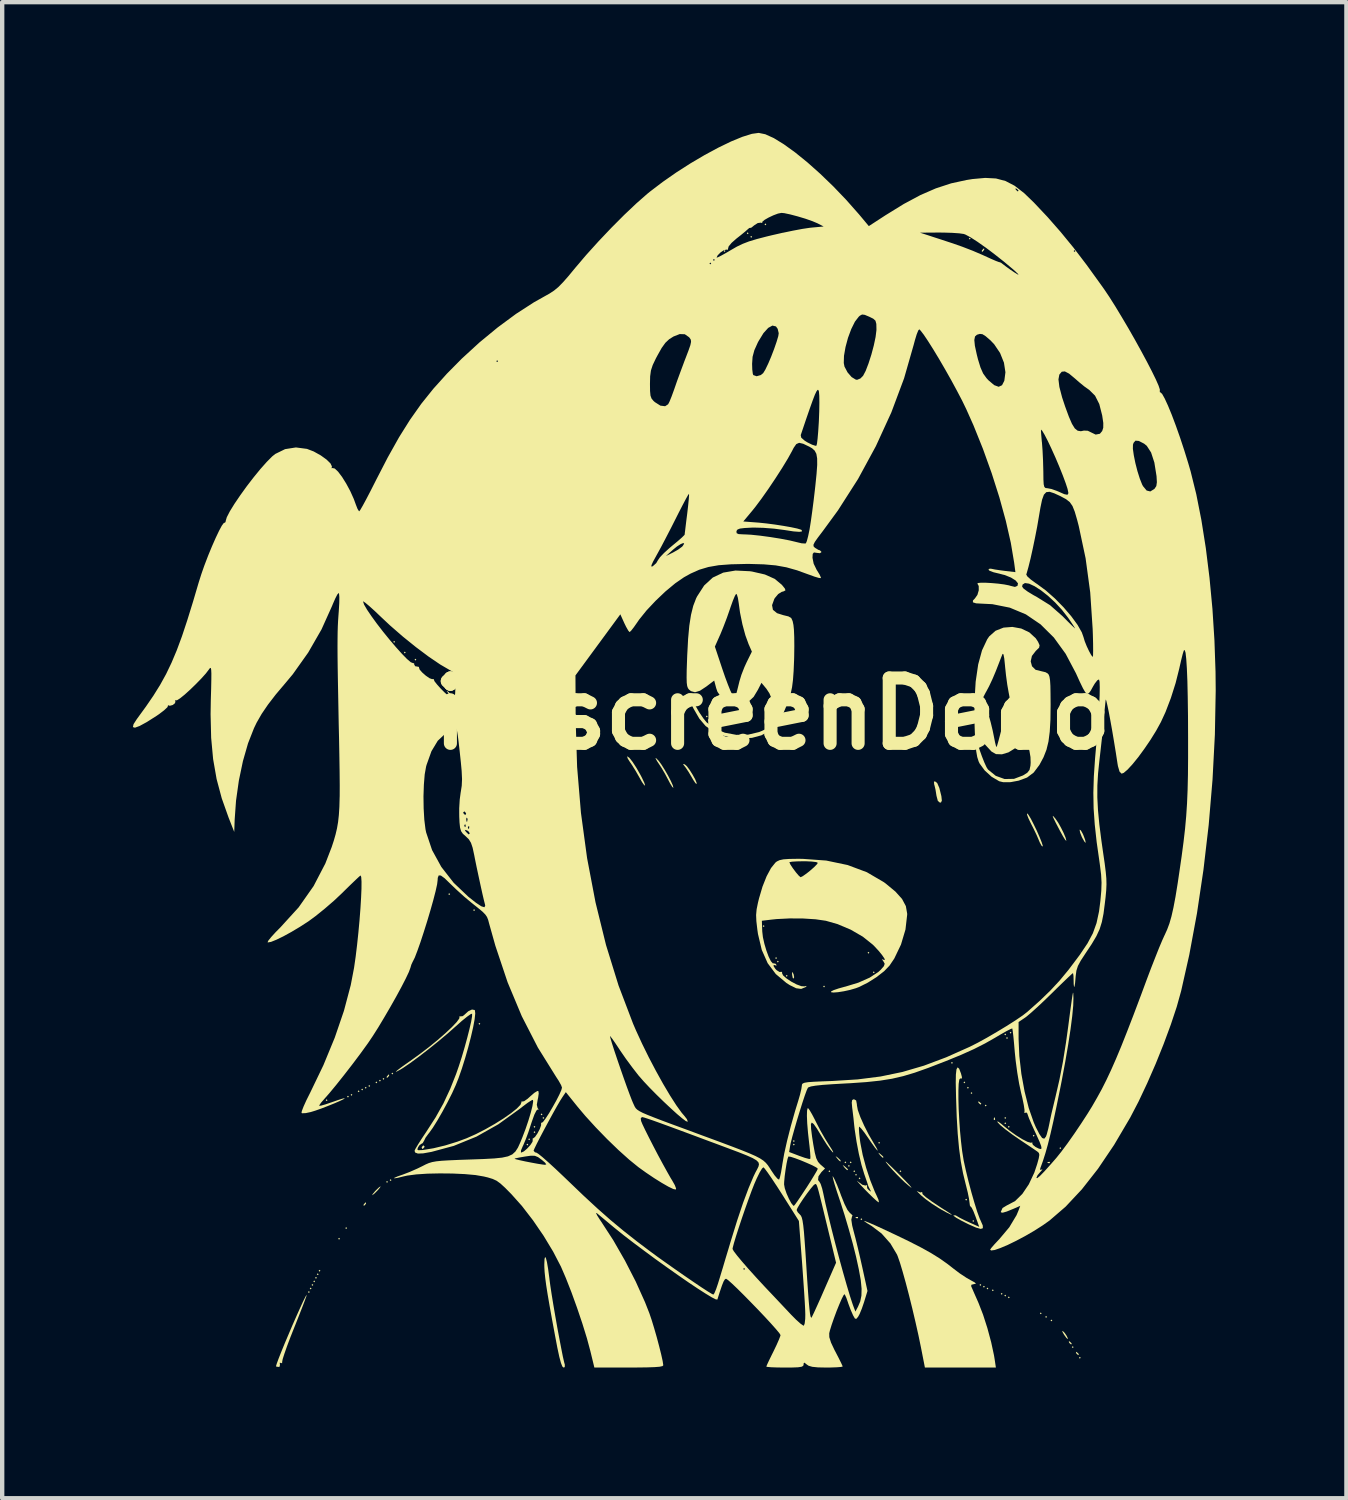
<source format=kicad_pcb>
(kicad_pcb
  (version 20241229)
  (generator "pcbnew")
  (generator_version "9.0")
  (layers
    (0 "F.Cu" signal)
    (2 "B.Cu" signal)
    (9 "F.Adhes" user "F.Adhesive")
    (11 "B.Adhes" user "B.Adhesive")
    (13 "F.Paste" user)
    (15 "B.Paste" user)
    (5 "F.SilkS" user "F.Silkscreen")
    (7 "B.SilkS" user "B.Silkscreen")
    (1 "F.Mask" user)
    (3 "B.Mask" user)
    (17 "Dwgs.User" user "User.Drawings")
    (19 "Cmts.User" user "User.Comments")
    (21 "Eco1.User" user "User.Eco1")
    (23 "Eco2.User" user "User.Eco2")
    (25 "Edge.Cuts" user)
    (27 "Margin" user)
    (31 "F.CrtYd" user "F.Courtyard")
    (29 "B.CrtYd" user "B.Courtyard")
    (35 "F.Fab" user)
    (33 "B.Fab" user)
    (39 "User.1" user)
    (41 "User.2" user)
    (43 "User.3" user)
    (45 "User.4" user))
  (footprint "silkscreenDecor"
    (layer "F.Cu")
    (at 14.537 13.332)
    (property "Reference" "silkscreenDecor" (at 0 0 0) (layer "F.SilkS") (effects (font (size 1.5 1.5) (thickness 0.3))))
    (attr board_only exclude_from_pos_files exclude_from_bom)
    (fp_poly (pts (xy -10.478 13.271) (xy -10.498 13.291) (xy -10.519 13.271) (xy -10.498 13.25)) (stroke (width 0) (type solid)) (fill yes) (layer "F.SilkS"))
    (fp_poly (pts (xy -10.437 13.189) (xy -10.458 13.21) (xy -10.478 13.189) (xy -10.458 13.169)) (stroke (width 0) (type solid)) (fill yes) (layer "F.SilkS"))
    (fp_poly (pts (xy -10.396 13.108) (xy -10.417 13.128) (xy -10.437 13.108) (xy -10.417 13.087)) (stroke (width 0) (type solid)) (fill yes) (layer "F.SilkS"))
    (fp_poly (pts (xy -10.356 13.026) (xy -10.376 13.047) (xy -10.396 13.026) (xy -10.376 13.006)) (stroke (width 0) (type solid)) (fill yes) (layer "F.SilkS"))
    (fp_poly (pts (xy -10.315 12.945) (xy -10.335 12.965) (xy -10.356 12.945) (xy -10.335 12.924)) (stroke (width 0) (type solid)) (fill yes) (layer "F.SilkS"))
    (fp_poly (pts (xy -10.274 12.863) (xy -10.295 12.883) (xy -10.315 12.863) (xy -10.295 12.843)) (stroke (width 0) (type solid)) (fill yes) (layer "F.SilkS"))
    (fp_poly (pts (xy -10.233 12.782) (xy -10.254 12.802) (xy -10.274 12.782) (xy -10.254 12.761)) (stroke (width 0) (type solid)) (fill yes) (layer "F.SilkS"))
    (fp_poly (pts (xy -10.07 8.868) (xy -10.091 8.888) (xy -10.111 8.868) (xy -10.091 8.847)) (stroke (width 0) (type solid)) (fill yes) (layer "F.SilkS"))
    (fp_poly (pts (xy -9.785 12.048) (xy -9.805 12.068) (xy -9.826 12.048) (xy -9.805 12.027)) (stroke (width 0) (type solid)) (fill yes) (layer "F.SilkS"))
    (fp_poly (pts (xy -9.622 11.803) (xy -9.642 11.823) (xy -9.663 11.803) (xy -9.642 11.783)) (stroke (width 0) (type solid)) (fill yes) (layer "F.SilkS"))
    (fp_poly (pts (xy -9.581 8.786) (xy -9.601 8.806) (xy -9.622 8.786) (xy -9.601 8.766)) (stroke (width 0) (type solid)) (fill yes) (layer "F.SilkS"))
    (fp_poly (pts (xy -9.5 8.745) (xy -9.52 8.766) (xy -9.54 8.745) (xy -9.52 8.725)) (stroke (width 0) (type solid)) (fill yes) (layer "F.SilkS"))
    (fp_poly (pts (xy -9.336 8.664) (xy -9.357 8.684) (xy -9.377 8.664) (xy -9.357 8.643)) (stroke (width 0) (type solid)) (fill yes) (layer "F.SilkS"))
    (fp_poly (pts (xy -9.255 8.623) (xy -9.275 8.643) (xy -9.296 8.623) (xy -9.275 8.603)) (stroke (width 0) (type solid)) (fill yes) (layer "F.SilkS"))
    (fp_poly (pts (xy -9.173 8.582) (xy -9.194 8.603) (xy -9.214 8.582) (xy -9.194 8.562)) (stroke (width 0) (type solid)) (fill yes) (layer "F.SilkS"))
    (fp_poly (pts (xy -9.092 8.541) (xy -9.112 8.562) (xy -9.133 8.541) (xy -9.112 8.521)) (stroke (width 0) (type solid)) (fill yes) (layer "F.SilkS"))
    (fp_poly (pts (xy -8.929 8.46) (xy -8.949 8.48) (xy -8.97 8.46) (xy -8.949 8.439)) (stroke (width 0) (type solid)) (fill yes) (layer "F.SilkS"))
    (fp_poly (pts (xy -8.847 8.419) (xy -8.868 8.439) (xy -8.888 8.419) (xy -8.868 8.399)) (stroke (width 0) (type solid)) (fill yes) (layer "F.SilkS"))
    (fp_poly (pts (xy -8.766 8.378) (xy -8.786 8.399) (xy -8.806 8.378) (xy -8.786 8.358)) (stroke (width 0) (type solid)) (fill yes) (layer "F.SilkS"))
    (fp_poly (pts (xy -8.684 10.743) (xy -8.704 10.763) (xy -8.725 10.743) (xy -8.704 10.723)) (stroke (width 0) (type solid)) (fill yes) (layer "F.SilkS"))
    (fp_poly (pts (xy -8.603 10.702) (xy -8.623 10.723) (xy -8.643 10.702) (xy -8.623 10.682)) (stroke (width 0) (type solid)) (fill yes) (layer "F.SilkS"))
    (fp_poly (pts (xy -8.562 8.256) (xy -8.582 8.276) (xy -8.603 8.256) (xy -8.582 8.236)) (stroke (width 0) (type solid)) (fill yes) (layer "F.SilkS"))
    (fp_poly (pts (xy -8.521 -1.651) (xy -8.541 -1.631) (xy -8.562 -1.651) (xy -8.541 -1.672)) (stroke (width 0) (type solid)) (fill yes) (layer "F.SilkS"))
    (fp_poly (pts (xy -8.276 -1.407) (xy -8.297 -1.386) (xy -8.317 -1.407) (xy -8.297 -1.427)) (stroke (width 0) (type solid)) (fill yes) (layer "F.SilkS"))
    (fp_poly (pts (xy -8.032 -1.243) (xy -8.052 -1.223) (xy -8.073 -1.243) (xy -8.052 -1.264)) (stroke (width 0) (type solid)) (fill yes) (layer "F.SilkS"))
    (fp_poly (pts (xy -7.257 4.138) (xy -7.278 4.159) (xy -7.298 4.138) (xy -7.278 4.118)) (stroke (width 0) (type solid)) (fill yes) (layer "F.SilkS"))
    (fp_poly (pts (xy -6.686 4.505) (xy -6.707 4.526) (xy -6.727 4.505) (xy -6.707 4.485)) (stroke (width 0) (type solid)) (fill yes) (layer "F.SilkS"))
    (fp_poly (pts (xy -6.564 7.114) (xy -6.584 7.135) (xy -6.605 7.114) (xy -6.584 7.094)) (stroke (width 0) (type solid)) (fill yes) (layer "F.SilkS"))
    (fp_poly (pts (xy -5.463 9.887) (xy -5.484 9.907) (xy -5.504 9.887) (xy -5.484 9.866)) (stroke (width 0) (type solid)) (fill yes) (layer "F.SilkS"))
    (fp_poly (pts (xy -5.422 9.765) (xy -5.443 9.785) (xy -5.463 9.765) (xy -5.443 9.744)) (stroke (width 0) (type solid)) (fill yes) (layer "F.SilkS"))
    (fp_poly (pts (xy -5.3 9.479) (xy -5.321 9.5) (xy -5.341 9.479) (xy -5.321 9.459)) (stroke (width 0) (type solid)) (fill yes) (layer "F.SilkS"))
    (fp_poly (pts (xy -5.3 9.601) (xy -5.321 9.622) (xy -5.341 9.601) (xy -5.321 9.581)) (stroke (width 0) (type solid)) (fill yes) (layer "F.SilkS"))
    (fp_poly (pts (xy -5.137 9.194) (xy -5.157 9.214) (xy -5.178 9.194) (xy -5.157 9.173)) (stroke (width 0) (type solid)) (fill yes) (layer "F.SilkS"))
    (fp_poly (pts (xy -5.096 9.275) (xy -5.117 9.296) (xy -5.137 9.275) (xy -5.117 9.255)) (stroke (width 0) (type solid)) (fill yes) (layer "F.SilkS"))
    (fp_poly (pts (xy -1.345 0.061) (xy -1.366 0.082) (xy -1.386 0.061) (xy -1.366 0.041)) (stroke (width 0) (type solid)) (fill yes) (layer "F.SilkS"))
    (fp_poly (pts (xy -1.305 0.143) (xy -1.325 0.163) (xy -1.345 0.143) (xy -1.325 0.122)) (stroke (width 0) (type solid)) (fill yes) (layer "F.SilkS"))
    (fp_poly (pts (xy -0.938 -10.621) (xy -0.958 -10.6) (xy -0.978 -10.621) (xy -0.958 -10.641)) (stroke (width 0) (type solid)) (fill yes) (layer "F.SilkS"))
    (fp_poly (pts (xy -0.408 -11.028) (xy -0.428 -11.008) (xy -0.448 -11.028) (xy -0.428 -11.049)) (stroke (width 0) (type solid)) (fill yes) (layer "F.SilkS"))
    (fp_poly (pts (xy -0.326 -10.947) (xy -0.347 -10.926) (xy -0.367 -10.947) (xy -0.347 -10.967)) (stroke (width 0) (type solid)) (fill yes) (layer "F.SilkS"))
    (fp_poly (pts (xy -0.041 4.872) (xy -0.061 4.892) (xy -0.082 4.872) (xy -0.061 4.852)) (stroke (width 0) (type solid)) (fill yes) (layer "F.SilkS"))
    (fp_poly (pts (xy 0 -11.232) (xy -0.02 -11.212) (xy -0.041 -11.232) (xy -0.02 -11.253)) (stroke (width 0) (type solid)) (fill yes) (layer "F.SilkS"))
    (fp_poly (pts (xy 0.245 5.606) (xy 0.224 5.626) (xy 0.204 5.606) (xy 0.224 5.586)) (stroke (width 0) (type solid)) (fill yes) (layer "F.SilkS"))
    (fp_poly (pts (xy 0.285 5.687) (xy 0.265 5.708) (xy 0.245 5.687) (xy 0.265 5.667)) (stroke (width 0) (type solid)) (fill yes) (layer "F.SilkS"))
    (fp_poly (pts (xy 0.489 6.014) (xy 0.469 6.034) (xy 0.448 6.014) (xy 0.469 5.993)) (stroke (width 0) (type solid)) (fill yes) (layer "F.SilkS"))
    (fp_poly (pts (xy 0.652 9.805) (xy 0.632 9.826) (xy 0.612 9.805) (xy 0.632 9.785)) (stroke (width 0) (type solid)) (fill yes) (layer "F.SilkS"))
    (fp_poly (pts (xy 0.652 9.887) (xy 0.632 9.907) (xy 0.612 9.887) (xy 0.632 9.866)) (stroke (width 0) (type solid)) (fill yes) (layer "F.SilkS"))
    (fp_poly (pts (xy 1.345 6.258) (xy 1.325 6.279) (xy 1.305 6.258) (xy 1.325 6.238)) (stroke (width 0) (type solid)) (fill yes) (layer "F.SilkS"))
    (fp_poly (pts (xy 1.468 10.498) (xy 1.447 10.519) (xy 1.427 10.498) (xy 1.447 10.478)) (stroke (width 0) (type solid)) (fill yes) (layer "F.SilkS"))
    (fp_poly (pts (xy 1.835 10.295) (xy 1.814 10.315) (xy 1.794 10.295) (xy 1.814 10.274)) (stroke (width 0) (type solid)) (fill yes) (layer "F.SilkS"))
    (fp_poly (pts (xy 1.916 10.376) (xy 1.896 10.396) (xy 1.875 10.376) (xy 1.896 10.356)) (stroke (width 0) (type solid)) (fill yes) (layer "F.SilkS"))
    (fp_poly (pts (xy 1.957 10.295) (xy 1.937 10.315) (xy 1.916 10.295) (xy 1.937 10.274)) (stroke (width 0) (type solid)) (fill yes) (layer "F.SilkS"))
    (fp_poly (pts (xy 2.039 10.498) (xy 2.018 10.519) (xy 1.998 10.498) (xy 2.018 10.478)) (stroke (width 0) (type solid)) (fill yes) (layer "F.SilkS"))
    (fp_poly (pts (xy 2.079 10.58) (xy 2.059 10.6) (xy 2.039 10.58) (xy 2.059 10.56)) (stroke (width 0) (type solid)) (fill yes) (layer "F.SilkS"))
    (fp_poly (pts (xy 2.161 10.661) (xy 2.14 10.682) (xy 2.12 10.661) (xy 2.14 10.641)) (stroke (width 0) (type solid)) (fill yes) (layer "F.SilkS"))
    (fp_poly (pts (xy 2.202 11.599) (xy 2.181 11.62) (xy 2.161 11.599) (xy 2.181 11.579)) (stroke (width 0) (type solid)) (fill yes) (layer "F.SilkS"))
    (fp_poly (pts (xy 2.365 5.484) (xy 2.344 5.504) (xy 2.324 5.484) (xy 2.344 5.463)) (stroke (width 0) (type solid)) (fill yes) (layer "F.SilkS"))
    (fp_poly (pts (xy 2.487 5.932) (xy 2.467 5.952) (xy 2.446 5.932) (xy 2.467 5.912)) (stroke (width 0) (type solid)) (fill yes) (layer "F.SilkS"))
    (fp_poly (pts (xy 2.609 9.846) (xy 2.589 9.866) (xy 2.569 9.846) (xy 2.589 9.826)) (stroke (width 0) (type solid)) (fill yes) (layer "F.SilkS"))
    (fp_poly (pts (xy 3.099 10.498) (xy 3.078 10.519) (xy 3.058 10.498) (xy 3.078 10.478)) (stroke (width 0) (type solid)) (fill yes) (layer "F.SilkS"))
    (fp_poly (pts (xy 4.281 8.011) (xy 4.261 8.032) (xy 4.24 8.011) (xy 4.261 7.991)) (stroke (width 0) (type solid)) (fill yes) (layer "F.SilkS"))
    (fp_poly (pts (xy 4.566 8.46) (xy 4.546 8.48) (xy 4.526 8.46) (xy 4.546 8.439)) (stroke (width 0) (type solid)) (fill yes) (layer "F.SilkS"))
    (fp_poly (pts (xy 4.607 11.151) (xy 4.587 11.171) (xy 4.566 11.151) (xy 4.587 11.13)) (stroke (width 0) (type solid)) (fill yes) (layer "F.SilkS"))
    (fp_poly (pts (xy 4.648 8.582) (xy 4.627 8.603) (xy 4.607 8.582) (xy 4.627 8.562)) (stroke (width 0) (type solid)) (fill yes) (layer "F.SilkS"))
    (fp_poly (pts (xy 4.689 -10.906) (xy 4.668 -10.886) (xy 4.648 -10.906) (xy 4.668 -10.926)) (stroke (width 0) (type solid)) (fill yes) (layer "F.SilkS"))
    (fp_poly (pts (xy 4.729 8.704) (xy 4.709 8.725) (xy 4.689 8.704) (xy 4.709 8.684)) (stroke (width 0) (type solid)) (fill yes) (layer "F.SilkS"))
    (fp_poly (pts (xy 4.77 11.64) (xy 4.75 11.66) (xy 4.729 11.64) (xy 4.75 11.62)) (stroke (width 0) (type solid)) (fill yes) (layer "F.SilkS"))
    (fp_poly (pts (xy 4.933 13.108) (xy 4.913 13.128) (xy 4.892 13.108) (xy 4.913 13.087)) (stroke (width 0) (type solid)) (fill yes) (layer "F.SilkS"))
    (fp_poly (pts (xy 5.015 13.148) (xy 4.994 13.169) (xy 4.974 13.148) (xy 4.994 13.128)) (stroke (width 0) (type solid)) (fill yes) (layer "F.SilkS"))
    (fp_poly (pts (xy 5.056 8.99) (xy 5.035 9.01) (xy 5.015 8.99) (xy 5.035 8.97)) (stroke (width 0) (type solid)) (fill yes) (layer "F.SilkS"))
    (fp_poly (pts (xy 5.096 13.189) (xy 5.076 13.21) (xy 5.056 13.189) (xy 5.076 13.169)) (stroke (width 0) (type solid)) (fill yes) (layer "F.SilkS"))
    (fp_poly (pts (xy 5.219 13.23) (xy 5.198 13.25) (xy 5.178 13.23) (xy 5.198 13.21)) (stroke (width 0) (type solid)) (fill yes) (layer "F.SilkS"))
    (fp_poly (pts (xy 5.422 13.312) (xy 5.402 13.332) (xy 5.382 13.312) (xy 5.402 13.291)) (stroke (width 0) (type solid)) (fill yes) (layer "F.SilkS"))
    (fp_poly (pts (xy 5.504 7.359) (xy 5.484 7.379) (xy 5.463 7.359) (xy 5.484 7.339)) (stroke (width 0) (type solid)) (fill yes) (layer "F.SilkS"))
    (fp_poly (pts (xy 5.504 9.275) (xy 5.484 9.296) (xy 5.463 9.275) (xy 5.484 9.255)) (stroke (width 0) (type solid)) (fill yes) (layer "F.SilkS"))
    (fp_poly (pts (xy 5.504 9.398) (xy 5.484 9.418) (xy 5.463 9.398) (xy 5.484 9.377)) (stroke (width 0) (type solid)) (fill yes) (layer "F.SilkS"))
    (fp_poly (pts (xy 5.504 13.352) (xy 5.484 13.373) (xy 5.463 13.352) (xy 5.484 13.332)) (stroke (width 0) (type solid)) (fill yes) (layer "F.SilkS"))
    (fp_poly (pts (xy 5.545 7.441) (xy 5.524 7.461) (xy 5.504 7.441) (xy 5.524 7.42)) (stroke (width 0) (type solid)) (fill yes) (layer "F.SilkS"))
    (fp_poly (pts (xy 5.586 9.479) (xy 5.565 9.5) (xy 5.545 9.479) (xy 5.565 9.459)) (stroke (width 0) (type solid)) (fill yes) (layer "F.SilkS"))
    (fp_poly (pts (xy 5.586 13.393) (xy 5.565 13.413) (xy 5.545 13.393) (xy 5.565 13.373)) (stroke (width 0) (type solid)) (fill yes) (layer "F.SilkS"))
    (fp_poly (pts (xy 5.626 7.318) (xy 5.606 7.339) (xy 5.586 7.318) (xy 5.606 7.298)) (stroke (width 0) (type solid)) (fill yes) (layer "F.SilkS"))
    (fp_poly (pts (xy 6.156 9.683) (xy 6.136 9.703) (xy 6.116 9.683) (xy 6.136 9.663)) (stroke (width 0) (type solid)) (fill yes) (layer "F.SilkS"))
    (fp_poly (pts (xy 6.319 13.76) (xy 6.299 13.78) (xy 6.279 13.76) (xy 6.299 13.74)) (stroke (width 0) (type solid)) (fill yes) (layer "F.SilkS"))
    (fp_poly (pts (xy 6.442 13.842) (xy 6.421 13.862) (xy 6.401 13.842) (xy 6.421 13.821)) (stroke (width 0) (type solid)) (fill yes) (layer "F.SilkS"))
    (fp_poly (pts (xy 6.564 13.923) (xy 6.544 13.943) (xy 6.523 13.923) (xy 6.544 13.903)) (stroke (width 0) (type solid)) (fill yes) (layer "F.SilkS"))
    (fp_poly (pts (xy 6.768 9.968) (xy 6.748 9.989) (xy 6.727 9.968) (xy 6.748 9.948)) (stroke (width 0) (type solid)) (fill yes) (layer "F.SilkS"))
    (fp_poly (pts (xy 7.053 14.535) (xy 7.033 14.555) (xy 7.013 14.535) (xy 7.033 14.514)) (stroke (width 0) (type solid)) (fill yes) (layer "F.SilkS"))
    (fp_poly (pts (xy 7.216 14.779) (xy 7.196 14.8) (xy 7.176 14.779) (xy 7.196 14.759)) (stroke (width 0) (type solid)) (fill yes) (layer "F.SilkS"))
    (fp_poly (pts (xy 2.106 11.552) (xy 2.101 11.576) (xy 2.079 11.579) (xy 2.046 11.564) (xy 2.052 11.552) (xy 2.1 11.547)) (stroke (width 0) (type solid)) (fill yes) (layer "F.SilkS"))
    (fp_poly (pts (xy 5.246 9.268) (xy 5.251 9.317) (xy 5.246 9.323) (xy 5.222 9.317) (xy 5.219 9.296) (xy 5.234 9.262)) (stroke (width 0) (type solid)) (fill yes) (layer "F.SilkS"))
    (fp_poly (pts (xy 6.51 10.288) (xy 6.504 10.312) (xy 6.483 10.315) (xy 6.449 10.3) (xy 6.455 10.288) (xy 6.504 10.283)) (stroke (width 0) (type solid)) (fill yes) (layer "F.SilkS"))
    (fp_poly (pts (xy 4.886 8.904) (xy 4.93 8.942) (xy 4.933 8.952) (xy 4.914 8.968) (xy 4.874 8.931) (xy 4.868 8.922) (xy 4.863 8.895)) (stroke (width 0) (type solid)) (fill yes) (layer "F.SilkS"))
    (fp_poly (pts (xy 6.965 14.408) (xy 7.009 14.45) (xy 7 14.473) (xy 6.995 14.474) (xy 6.96 14.445) (xy 6.947 14.426) (xy 6.943 14.399)) (stroke (width 0) (type solid)) (fill yes) (layer "F.SilkS"))
    (fp_poly (pts (xy 7.129 14.653) (xy 7.172 14.694) (xy 7.163 14.718) (xy 7.158 14.718) (xy 7.123 14.689) (xy 7.111 14.671) (xy 7.106 14.643)) (stroke (width 0) (type solid)) (fill yes) (layer "F.SilkS"))
    (fp_poly (pts (xy -9.186 11.238) (xy -9.194 11.253) (xy -9.232 11.292) (xy -9.239 11.293) (xy -9.242 11.267) (xy -9.235 11.253) (xy -9.196 11.214) (xy -9.189 11.212)) (stroke (width 0) (type solid)) (fill yes) (layer "F.SilkS"))
    (fp_poly (pts (xy -8.656 8.303) (xy -8.664 8.317) (xy -8.702 8.356) (xy -8.709 8.358) (xy -8.712 8.332) (xy -8.704 8.317) (xy -8.666 8.278) (xy -8.659 8.276)) (stroke (width 0) (type solid)) (fill yes) (layer "F.SilkS"))
    (fp_poly (pts (xy -7.842 9.932) (xy -7.848 9.948) (xy -7.885 9.987) (xy -7.891 9.989) (xy -7.909 9.957) (xy -7.909 9.948) (xy -7.878 9.909) (xy -7.866 9.907)) (stroke (width 0) (type solid)) (fill yes) (layer "F.SilkS"))
    (fp_poly (pts (xy 0.627 5.98) (xy 0.639 6.043) (xy 0.629 6.075) (xy 0.628 6.075) (xy 0.608 6.065) (xy 0.592 5.988) (xy 0.591 5.935) (xy 0.602 5.93)) (stroke (width 0) (type solid)) (fill yes) (layer "F.SilkS"))
    (fp_poly (pts (xy 1.611 10.165) (xy 1.641 10.187) (xy 1.704 10.247) (xy 1.704 10.273) (xy 1.697 10.274) (xy 1.663 10.246) (xy 1.626 10.203) (xy 1.59 10.155)) (stroke (width 0) (type solid)) (fill yes) (layer "F.SilkS"))
    (fp_poly (pts (xy 1.775 10.368) (xy 1.804 10.391) (xy 1.861 10.442) (xy 1.875 10.463) (xy 1.856 10.475) (xy 1.801 10.422) (xy 1.789 10.407) (xy 1.753 10.358)) (stroke (width 0) (type solid)) (fill yes) (layer "F.SilkS"))
    (fp_poly (pts (xy 2.59 10.083) (xy 2.62 10.106) (xy 2.676 10.156) (xy 2.691 10.177) (xy 2.671 10.189) (xy 2.617 10.137) (xy 2.604 10.121) (xy 2.569 10.073)) (stroke (width 0) (type solid)) (fill yes) (layer "F.SilkS"))
    (fp_poly (pts (xy 5.002 -10.656) (xy 4.994 -10.641) (xy 4.956 -10.602) (xy 4.949 -10.6) (xy 4.946 -10.627) (xy 4.954 -10.641) (xy 4.992 -10.68) (xy 4.999 -10.682)) (stroke (width 0) (type solid)) (fill yes) (layer "F.SilkS"))
    (fp_poly (pts (xy 6.804 14.165) (xy 6.848 14.209) (xy 6.892 14.274) (xy 6.92 14.332) (xy 6.917 14.351) (xy 6.885 14.321) (xy 6.832 14.248) (xy 6.83 14.244) (xy 6.794 14.18) (xy 6.8 14.163)) (stroke (width 0) (type solid)) (fill yes) (layer "F.SilkS"))
    (fp_poly (pts (xy -8.864 10.871) (xy -8.916 10.933) (xy -8.929 10.947) (xy -8.998 11.015) (xy -9.042 11.048) (xy -9.045 11.049) (xy -9.034 11.023) (xy -8.982 10.96) (xy -8.97 10.947) (xy -8.9 10.878) (xy -8.856 10.845) (xy -8.853 10.845)) (stroke (width 0) (type solid)) (fill yes) (layer "F.SilkS"))
    (fp_poly (pts (xy 7.221 2.679) (xy 7.263 2.754) (xy 7.279 2.791) (xy 7.316 2.89) (xy 7.33 2.952) (xy 7.328 2.96) (xy 7.303 2.937) (xy 7.259 2.861) (xy 7.242 2.828) (xy 7.203 2.73) (xy 7.191 2.667) (xy 7.194 2.659)) (stroke (width 0) (type solid)) (fill yes) (layer "F.SilkS"))
    (fp_poly (pts (xy -1.868 1.163) (xy -1.821 1.205) (xy -1.757 1.292) (xy -1.69 1.399) (xy -1.632 1.504) (xy -1.6 1.583) (xy -1.599 1.613) (xy -1.627 1.591) (xy -1.677 1.516) (xy -1.711 1.457) (xy -1.782 1.337) (xy -1.848 1.238) (xy -1.869 1.211) (xy -1.91 1.159) (xy -1.895 1.153)) (stroke (width 0) (type solid)) (fill yes) (layer "F.SilkS"))
    (fp_poly (pts (xy 3.922 1.589) (xy 3.971 1.701) (xy 4.015 1.878) (xy 4.018 1.891) (xy 4.029 1.992) (xy 4.01 2.034) (xy 3.985 2.039) (xy 3.937 2) (xy 3.906 1.883) (xy 3.903 1.865) (xy 3.883 1.739) (xy 3.859 1.639) (xy 3.853 1.621) (xy 3.847 1.561) (xy 3.87 1.549)) (stroke (width 0) (type solid)) (fill yes) (layer "F.SilkS"))
    (fp_poly (pts (xy -3.141 1.012) (xy -3.069 1.104) (xy -2.982 1.238) (xy -2.89 1.399) (xy -2.857 1.462) (xy -2.798 1.587) (xy -2.782 1.646) (xy -2.802 1.639) (xy -2.853 1.566) (xy -2.914 1.458) (xy -2.997 1.313) (xy -3.083 1.175) (xy -3.127 1.111) (xy -3.179 1.029) (xy -3.194 0.983) (xy -3.188 0.978)) (stroke (width 0) (type solid)) (fill yes) (layer "F.SilkS"))
    (fp_poly (pts (xy 2.772 10.301) (xy 2.85 10.375) (xy 2.96 10.482) (xy 3.058 10.58) (xy 3.2 10.726) (xy 3.293 10.825) (xy 3.333 10.875) (xy 3.321 10.873) (xy 3.253 10.818) (xy 3.177 10.752) (xy 3.088 10.667) (xy 2.986 10.564) (xy 2.886 10.457) (xy 2.802 10.363) (xy 2.749 10.297) (xy 2.738 10.274)) (stroke (width 0) (type solid)) (fill yes) (layer "F.SilkS"))
    (fp_poly (pts (xy 6.59 2.353) (xy 6.638 2.409) (xy 6.641 2.414) (xy 6.7 2.5) (xy 6.764 2.615) (xy 6.824 2.736) (xy 6.868 2.841) (xy 6.885 2.906) (xy 6.883 2.916) (xy 6.858 2.89) (xy 6.807 2.808) (xy 6.74 2.686) (xy 6.726 2.66) (xy 6.638 2.491) (xy 6.588 2.388) (xy 6.572 2.343)) (stroke (width 0) (type solid)) (fill yes) (layer "F.SilkS"))
    (fp_poly (pts (xy 6.017 2.318) (xy 6.071 2.408) (xy 6.136 2.535) (xy 6.206 2.679) (xy 6.269 2.822) (xy 6.318 2.944) (xy 6.344 3.025) (xy 6.344 3.047) (xy 6.317 3.028) (xy 6.276 2.952) (xy 6.259 2.911) (xy 6.206 2.787) (xy 6.131 2.631) (xy 6.073 2.518) (xy 6.016 2.399) (xy 5.984 2.315) (xy 5.986 2.283)) (stroke (width 0) (type solid)) (fill yes) (layer "F.SilkS"))
    (fp_poly (pts (xy -2.481 1.067) (xy -2.469 1.08) (xy -2.405 1.168) (xy -2.33 1.288) (xy -2.254 1.42) (xy -2.189 1.546) (xy -2.145 1.645) (xy -2.133 1.697) (xy -2.135 1.7) (xy -2.16 1.676) (xy -2.208 1.598) (xy -2.251 1.516) (xy -2.325 1.377) (xy -2.401 1.248) (xy -2.433 1.198) (xy -2.508 1.085) (xy -2.542 1.021) (xy -2.534 1.014)) (stroke (width 0) (type solid)) (fill yes) (layer "F.SilkS"))
    (fp_poly (pts (xy 3.466 10.957) (xy 3.534 10.986) (xy 3.567 10.978) (xy 3.583 10.974) (xy 3.576 10.991) (xy 3.59 11.028) (xy 3.662 11.093) (xy 3.794 11.19) (xy 3.992 11.322) (xy 4.183 11.444) (xy 4.251 11.489) (xy 4.257 11.5) (xy 4.213 11.483) (xy 4.13 11.441) (xy 4.019 11.38) (xy 3.958 11.344) (xy 3.803 11.245) (xy 3.652 11.136) (xy 3.549 11.049) (xy 3.478 10.979) (xy 3.452 10.949)) (stroke (width 0) (type solid)) (fill yes) (layer "F.SilkS"))
    (fp_poly (pts (xy -10.556 13.368) (xy -10.592 13.468) (xy -10.65 13.62) (xy -10.726 13.814) (xy -10.815 14.039) (xy -10.83 14.076) (xy -10.922 14.308) (xy -11 14.515) (xy -11.06 14.687) (xy -11.099 14.809) (xy -11.111 14.87) (xy -11.11 14.873) (xy -11.114 14.906) (xy -11.138 14.897) (xy -11.169 14.895) (xy -11.162 14.929) (xy -11.167 14.981) (xy -11.195 14.99) (xy -11.247 14.981) (xy -11.253 14.975) (xy -11.237 14.919) (xy -11.195 14.804) (xy -11.132 14.644) (xy -11.054 14.453) (xy -10.965 14.243) (xy -10.873 14.027) (xy -10.782 13.82) (xy -10.698 13.633) (xy -10.628 13.481) (xy -10.576 13.377) (xy -10.548 13.333) (xy -10.547 13.332)) (stroke (width 0) (type solid)) (fill yes) (layer "F.SilkS"))
    (fp_poly (pts (xy -5.058 12.491) (xy -5.034 12.585) (xy -5.007 12.743) (xy -4.978 12.962) (xy -4.978 12.965) (xy -4.957 13.123) (xy -4.926 13.328) (xy -4.887 13.567) (xy -4.843 13.824) (xy -4.797 14.085) (xy -4.75 14.336) (xy -4.707 14.561) (xy -4.67 14.748) (xy -4.64 14.88) (xy -4.624 14.938) (xy -4.626 14.994) (xy -4.655 15.004) (xy -4.682 14.978) (xy -4.713 14.898) (xy -4.751 14.757) (xy -4.796 14.547) (xy -4.843 14.3) (xy -4.916 13.907) (xy -4.974 13.584) (xy -5.019 13.322) (xy -5.052 13.112) (xy -5.074 12.944) (xy -5.088 12.809) (xy -5.094 12.698) (xy -5.095 12.639) (xy -5.09 12.514) (xy -5.077 12.466)) (stroke (width 0) (type solid)) (fill yes) (layer "F.SilkS"))
    (fp_poly (pts (xy 2.276 11.647) (xy 2.368 11.684) (xy 2.499 11.741) (xy 2.558 11.768) (xy 2.951 11.951) (xy 3.279 12.109) (xy 3.552 12.249) (xy 3.782 12.377) (xy 3.978 12.499) (xy 4.151 12.621) (xy 4.3 12.737) (xy 4.443 12.845) (xy 4.595 12.945) (xy 4.684 12.996) (xy 4.783 13.05) (xy 4.812 13.079) (xy 4.775 13.087) (xy 4.773 13.087) (xy 4.706 13.104) (xy 4.702 13.138) (xy 4.728 13.197) (xy 4.777 13.31) (xy 4.842 13.457) (xy 4.871 13.523) (xy 4.974 13.788) (xy 5.074 14.099) (xy 5.161 14.423) (xy 5.226 14.725) (xy 5.24 14.81) (xy 5.269 15.004) (xy 4.454 15.004) (xy 3.64 15.004) (xy 3.55 14.545) (xy 3.492 14.264) (xy 3.424 13.961) (xy 3.351 13.65) (xy 3.275 13.344) (xy 3.2 13.057) (xy 3.129 12.803) (xy 3.067 12.596) (xy 3.016 12.45) (xy 3 12.411) (xy 2.848 12.156) (xy 2.647 11.929) (xy 2.419 11.756) (xy 2.318 11.694) (xy 2.254 11.65) (xy 2.242 11.638)) (stroke (width 0) (type solid)) (fill yes) (layer "F.SilkS"))
    (fp_poly (pts (xy 4.426 8.146) (xy 4.467 8.252) (xy 4.491 8.342) (xy 4.482 8.374) (xy 4.451 8.368) (xy 4.429 8.396) (xy 4.415 8.493) (xy 4.409 8.646) (xy 4.409 8.842) (xy 4.415 9.069) (xy 4.428 9.314) (xy 4.445 9.565) (xy 4.468 9.808) (xy 4.494 10.032) (xy 4.525 10.223) (xy 4.53 10.254) (xy 4.581 10.486) (xy 4.642 10.737) (xy 4.709 10.989) (xy 4.777 11.225) (xy 4.84 11.427) (xy 4.895 11.578) (xy 4.919 11.632) (xy 4.968 11.743) (xy 4.97 11.806) (xy 4.921 11.822) (xy 4.814 11.792) (xy 4.644 11.717) (xy 4.612 11.701) (xy 4.466 11.627) (xy 4.357 11.565) (xy 4.299 11.522) (xy 4.295 11.511) (xy 4.343 11.51) (xy 4.372 11.526) (xy 4.435 11.564) (xy 4.547 11.621) (xy 4.655 11.671) (xy 4.887 11.775) (xy 4.801 11.537) (xy 4.753 11.415) (xy 4.713 11.334) (xy 4.691 11.312) (xy 4.673 11.288) (xy 4.664 11.218) (xy 4.652 11.127) (xy 4.623 10.985) (xy 4.583 10.823) (xy 4.578 10.804) (xy 4.515 10.546) (xy 4.464 10.274) (xy 4.424 9.975) (xy 4.393 9.639) (xy 4.37 9.252) (xy 4.355 8.804) (xy 4.348 8.47) (xy 4.351 8.279) (xy 4.365 8.159) (xy 4.391 8.114)) (stroke (width 0) (type solid)) (fill yes) (layer "F.SilkS"))
    (fp_poly (pts (xy 2.062 8.874) (xy 2.079 8.963) (xy 2.079 8.981) (xy 2.1 9.093) (xy 2.158 9.255) (xy 2.245 9.45) (xy 2.352 9.66) (xy 2.466 9.856) (xy 2.534 9.971) (xy 2.558 10.023) (xy 2.544 10.018) (xy 2.495 9.959) (xy 2.418 9.852) (xy 2.343 9.742) (xy 2.254 9.614) (xy 2.181 9.522) (xy 2.137 9.478) (xy 2.129 9.477) (xy 2.125 9.524) (xy 2.132 9.633) (xy 2.149 9.783) (xy 2.16 9.856) (xy 2.212 10.123) (xy 2.291 10.419) (xy 2.388 10.712) (xy 2.491 10.97) (xy 2.533 11.059) (xy 2.574 11.152) (xy 2.584 11.206) (xy 2.578 11.212) (xy 2.538 11.184) (xy 2.456 11.11) (xy 2.344 11.001) (xy 2.262 10.917) (xy 2.158 10.808) (xy 2.096 10.739) (xy 2.079 10.716) (xy 2.107 10.738) (xy 2.205 10.809) (xy 2.277 10.827) (xy 2.286 10.823) (xy 2.318 10.815) (xy 2.31 10.834) (xy 2.316 10.89) (xy 2.353 10.932) (xy 2.4 10.967) (xy 2.395 10.945) (xy 2.384 10.926) (xy 2.346 10.851) (xy 2.337 10.825) (xy 2.318 10.766) (xy 2.281 10.658) (xy 2.247 10.56) (xy 2.185 10.355) (xy 2.124 10.099) (xy 2.071 9.821) (xy 2.03 9.55) (xy 2.019 9.459) (xy 2.001 9.286) (xy 1.98 9.108) (xy 1.971 9.041) (xy 1.961 8.922) (xy 1.971 8.864) (xy 2.006 8.847) (xy 2.013 8.847)) (stroke (width 0) (type solid)) (fill yes) (layer "F.SilkS"))
    (fp_poly (pts (xy 0.834 3.329) (xy 1.375 3.368) (xy 1.867 3.471) (xy 2.308 3.636) (xy 2.699 3.865) (xy 2.741 3.896) (xy 2.963 4.08) (xy 3.115 4.249) (xy 3.203 4.414) (xy 3.233 4.586) (xy 3.233 4.611) (xy 3.194 4.951) (xy 3.091 5.296) (xy 2.937 5.617) (xy 2.828 5.779) (xy 2.705 5.907) (xy 2.53 6.043) (xy 2.331 6.169) (xy 2.134 6.268) (xy 2.058 6.297) (xy 1.922 6.337) (xy 1.779 6.368) (xy 1.647 6.389) (xy 1.544 6.397) (xy 1.487 6.39) (xy 1.488 6.371) (xy 1.546 6.342) (xy 1.66 6.303) (xy 1.805 6.263) (xy 1.812 6.262) (xy 2.114 6.17) (xy 2.371 6.056) (xy 2.568 5.928) (xy 2.627 5.874) (xy 2.699 5.791) (xy 2.717 5.737) (xy 2.69 5.686) (xy 2.687 5.681) (xy 2.653 5.633) (xy 2.674 5.638) (xy 2.685 5.644) (xy 2.721 5.653) (xy 2.71 5.615) (xy 2.66 5.541) (xy 2.581 5.443) (xy 2.48 5.334) (xy 2.439 5.294) (xy 2.216 5.116) (xy 1.939 4.955) (xy 1.636 4.827) (xy 1.366 4.75) (xy 1.131 4.716) (xy 0.846 4.698) (xy 0.539 4.696) (xy 0.239 4.711) (xy 0.122 4.723) (xy -0.102 4.75) (xy -0.093 4.994) (xy -0.078 5.127) (xy -0.044 5.279) (xy 0.002 5.434) (xy 0.053 5.572) (xy 0.104 5.676) (xy 0.148 5.727) (xy 0.165 5.727) (xy 0.212 5.736) (xy 0.228 5.754) (xy 0.233 5.783) (xy 0.21 5.773) (xy 0.168 5.762) (xy 0.169 5.796) (xy 0.209 5.856) (xy 0.238 5.885) (xy 0.305 5.926) (xy 0.343 5.922) (xy 0.363 5.924) (xy 0.36 5.95) (xy 0.385 6.004) (xy 0.464 6.074) (xy 0.574 6.147) (xy 0.695 6.211) (xy 0.804 6.251) (xy 0.875 6.256) (xy 0.928 6.245) (xy 0.91 6.266) (xy 0.897 6.275) (xy 0.8 6.314) (xy 0.686 6.299) (xy 0.539 6.227) (xy 0.461 6.177) (xy 0.218 5.973) (xy 0.031 5.723) (xy -0.104 5.419) (xy -0.191 5.054) (xy -0.206 4.95) (xy -0.228 4.76) (xy -0.234 4.617) (xy -0.222 4.486) (xy -0.191 4.334) (xy -0.167 4.236) (xy -0.087 3.965) (xy 0.007 3.729) (xy 0.108 3.541) (xy 0.209 3.415) (xy 0.218 3.408) (xy 0.53 3.408) (xy 0.553 3.459) (xy 0.609 3.544) (xy 0.679 3.638) (xy 0.744 3.714) (xy 0.786 3.75) (xy 0.788 3.75) (xy 0.836 3.727) (xy 0.924 3.665) (xy 1.002 3.603) (xy 1.1 3.517) (xy 1.166 3.449) (xy 1.182 3.42) (xy 1.145 3.403) (xy 1.045 3.391) (xy 0.902 3.384) (xy 0.856 3.384) (xy 0.705 3.387) (xy 0.591 3.394) (xy 0.533 3.405) (xy 0.53 3.408) (xy 0.218 3.408) (xy 0.242 3.389) (xy 0.305 3.359) (xy 0.394 3.34) (xy 0.526 3.331) (xy 0.717 3.328)) (stroke (width 0) (type solid)) (fill yes) (layer "F.SilkS"))
    (fp_poly (pts (xy 5.851 -1.957) (xy 6.036 -1.869) (xy 6.185 -1.732) (xy 6.237 -1.652) (xy 6.272 -1.573) (xy 6.261 -1.518) (xy 6.194 -1.452) (xy 6.186 -1.445) (xy 6.096 -1.328) (xy 6.068 -1.204) (xy 6.098 -1.091) (xy 6.18 -1.01) (xy 6.309 -0.978) (xy 6.406 -0.955) (xy 6.455 -0.928) (xy 6.481 -0.899) (xy 6.499 -0.85) (xy 6.512 -0.769) (xy 6.52 -0.642) (xy 6.523 -0.459) (xy 6.525 -0.206) (xy 6.525 -0.204) (xy 6.521 0.136) (xy 6.505 0.411) (xy 6.476 0.636) (xy 6.43 0.825) (xy 6.363 0.996) (xy 6.274 1.162) (xy 6.268 1.173) (xy 6.137 1.348) (xy 5.99 1.459) (xy 5.972 1.468) (xy 5.793 1.534) (xy 5.605 1.569) (xy 5.437 1.57) (xy 5.346 1.548) (xy 5.171 1.445) (xy 5.012 1.3) (xy 4.895 1.14) (xy 4.872 1.091) (xy 4.841 0.992) (xy 4.817 0.856) (xy 4.8 0.672) (xy 4.792 0.54) (xy 4.828 0.54) (xy 4.828 0.589) (xy 4.853 0.691) (xy 4.895 0.827) (xy 4.948 0.975) (xy 5.003 1.114) (xy 5.053 1.224) (xy 5.087 1.278) (xy 5.266 1.424) (xy 5.469 1.497) (xy 5.685 1.493) (xy 5.891 1.415) (xy 5.991 1.352) (xy 6.041 1.288) (xy 6.062 1.192) (xy 6.067 1.123) (xy 6.063 0.993) (xy 6.039 0.85) (xy 6.003 0.717) (xy 5.96 0.616) (xy 5.918 0.571) (xy 5.913 0.571) (xy 5.87 0.601) (xy 5.812 0.675) (xy 5.699 0.798) (xy 5.558 0.885) (xy 5.408 0.93) (xy 5.271 0.925) (xy 5.168 0.866) (xy 5.024 0.709) (xy 4.925 0.607) (xy 4.864 0.552) (xy 4.833 0.538) (xy 4.828 0.54) (xy 4.792 0.54) (xy 4.786 0.426) (xy 4.78 0.259) (xy 4.777 -0.273) (xy 4.78 -0.323) (xy 4.966 -0.323) (xy 4.973 -0.306) (xy 5.006 -0.254) (xy 5.05 -0.14) (xy 5.1 0.016) (xy 5.15 0.196) (xy 5.195 0.382) (xy 5.226 0.535) (xy 5.251 0.66) (xy 5.272 0.742) (xy 5.284 0.764) (xy 5.3 0.72) (xy 5.33 0.616) (xy 5.368 0.471) (xy 5.384 0.408) (xy 5.433 0.23) (xy 5.486 0.064) (xy 5.534 -0.059) (xy 5.543 -0.078) (xy 5.582 -0.166) (xy 5.597 -0.246) (xy 5.589 -0.347) (xy 5.562 -0.489) (xy 5.531 -0.664) (xy 5.502 -0.877) (xy 5.48 -1.084) (xy 5.479 -1.1) (xy 5.461 -1.272) (xy 5.443 -1.364) (xy 5.424 -1.377) (xy 5.418 -1.365) (xy 5.388 -1.29) (xy 5.339 -1.163) (xy 5.279 -1.009) (xy 5.264 -0.971) (xy 5.191 -0.798) (xy 5.113 -0.632) (xy 5.045 -0.505) (xy 5.038 -0.494) (xy 4.985 -0.393) (xy 4.966 -0.323) (xy 4.78 -0.323) (xy 4.805 -0.738) (xy 4.863 -1.134) (xy 4.951 -1.457) (xy 5.069 -1.708) (xy 5.116 -1.777) (xy 5.262 -1.906) (xy 5.445 -1.978) (xy 5.648 -1.994)) (stroke (width 0) (type solid)) (fill yes) (layer "F.SilkS"))
    (fp_poly (pts (xy -0.377 -3.272) (xy -0.328 -3.265) (xy -0.032 -3.197) (xy 0.194 -3.096) (xy 0.357 -2.96) (xy 0.425 -2.876) (xy 0.44 -2.834) (xy 0.4 -2.811) (xy 0.353 -2.798) (xy 0.273 -2.748) (xy 0.195 -2.655) (xy 0.183 -2.634) (xy 0.132 -2.493) (xy 0.152 -2.386) (xy 0.247 -2.309) (xy 0.39 -2.264) (xy 0.509 -2.235) (xy 0.572 -2.198) (xy 0.604 -2.128) (xy 0.623 -2.038) (xy 0.634 -1.932) (xy 0.641 -1.763) (xy 0.643 -1.555) (xy 0.64 -1.325) (xy 0.638 -1.243) (xy 0.627 -0.98) (xy 0.612 -0.776) (xy 0.591 -0.611) (xy 0.56 -0.463) (xy 0.516 -0.312) (xy 0.513 -0.301) (xy 0.386 0.000129) (xy 0.219 0.244) (xy 0.018 0.423) (xy -0.113 0.494) (xy -0.329 0.552) (xy -0.582 0.567) (xy -0.842 0.539) (xy -1.006 0.495) (xy -1.223 0.402) (xy -1.393 0.28) (xy -1.536 0.112) (xy -1.67 -0.119) (xy -1.673 -0.125) (xy -1.741 -0.268) (xy -1.787 -0.378) (xy -1.804 -0.44) (xy -1.8 -0.448) (xy -1.765 -0.415) (xy -1.706 -0.327) (xy -1.636 -0.203) (xy -1.631 -0.194) (xy -1.543 -0.04) (xy -1.446 0.103) (xy -1.373 0.194) (xy -1.186 0.337) (xy -0.951 0.434) (xy -0.688 0.483) (xy -0.419 0.479) (xy -0.165 0.419) (xy -0.093 0.389) (xy 0.019 0.334) (xy 0.087 0.282) (xy 0.13 0.211) (xy 0.161 0.096) (xy 0.181 -0.008) (xy 0.18 -0.143) (xy 0.139 -0.308) (xy 0.071 -0.47) (xy 0.003 -0.574) (xy -0.111 -0.711) (xy -0.194 -0.549) (xy -0.291 -0.388) (xy -0.393 -0.292) (xy -0.521 -0.248) (xy -0.646 -0.238) (xy -0.858 -0.266) (xy -1.016 -0.355) (xy -1.121 -0.505) (xy -1.15 -0.589) (xy -1.196 -0.763) (xy -1.376 -0.626) (xy -1.523 -0.529) (xy -1.636 -0.494) (xy -1.728 -0.52) (xy -1.775 -0.557) (xy -1.799 -0.59) (xy -1.816 -0.638) (xy -1.826 -0.714) (xy -1.829 -0.83) (xy -1.827 -0.999) (xy -1.819 -1.232) (xy -1.815 -1.342) (xy -1.804 -1.542) (xy -1.18 -1.542) (xy -1.015 -1.046) (xy -0.947 -0.848) (xy -0.881 -0.671) (xy -0.825 -0.532) (xy -0.787 -0.452) (xy -0.785 -0.449) (xy -0.72 -0.348) (xy -0.692 -0.449) (xy -0.665 -0.55) (xy -0.631 -0.687) (xy -0.616 -0.748) (xy -0.571 -0.896) (xy -0.503 -1.07) (xy -0.45 -1.186) (xy -0.331 -1.427) (xy -0.407 -1.6) (xy -0.48 -1.801) (xy -0.548 -2.052) (xy -0.603 -2.322) (xy -0.633 -2.539) (xy -0.652 -2.66) (xy -0.675 -2.737) (xy -0.693 -2.752) (xy -0.721 -2.706) (xy -0.765 -2.601) (xy -0.817 -2.457) (xy -0.838 -2.395) (xy -0.907 -2.198) (xy -0.986 -1.991) (xy -1.058 -1.815) (xy -1.065 -1.801) (xy -1.18 -1.542) (xy -1.804 -1.542) (xy -1.795 -1.717) (xy -1.767 -2.023) (xy -1.728 -2.272) (xy -1.677 -2.477) (xy -1.611 -2.649) (xy -1.589 -2.693) (xy -1.426 -2.945) (xy -1.228 -3.127) (xy -0.989 -3.24) (xy -0.707 -3.288)) (stroke (width 0) (type solid)) (fill yes) (layer "F.SilkS"))
    (fp_poly (pts (xy -0.023 -13.301) (xy 0.173 -13.212) (xy 0.404 -13.07) (xy 0.663 -12.883) (xy 0.943 -12.656) (xy 1.236 -12.395) (xy 1.536 -12.106) (xy 1.834 -11.795) (xy 2.123 -11.468) (xy 2.166 -11.417) (xy 2.353 -11.193) (xy 2.736 -11.442) (xy 3.156 -11.701) (xy 3.537 -11.905) (xy 3.884 -12.056) (xy 5.714 -12.056) (xy 5.724 -12.034) (xy 5.765 -11.99) (xy 5.789 -11.999) (xy 5.789 -12.004) (xy 5.76 -12.039) (xy 5.742 -12.052) (xy 5.714 -12.056) (xy 3.884 -12.056) (xy 3.894 -12.06) (xy 4.242 -12.174) (xy 4.596 -12.251) (xy 4.735 -12.273) (xy 5.025 -12.299) (xy 5.271 -12.286) (xy 5.49 -12.228) (xy 5.699 -12.119) (xy 5.916 -11.951) (xy 6.14 -11.735) (xy 6.455 -11.401) (xy 6.753 -11.061) (xy 7.049 -10.7) (xy 7.353 -10.301) (xy 7.68 -9.848) (xy 7.754 -9.744) (xy 7.875 -9.564) (xy 8.012 -9.347) (xy 8.158 -9.105) (xy 8.31 -8.848) (xy 8.46 -8.585) (xy 8.603 -8.326) (xy 8.735 -8.081) (xy 8.849 -7.86) (xy 8.94 -7.674) (xy 9.003 -7.531) (xy 9.032 -7.443) (xy 9.031 -7.421) (xy 9.031 -7.383) (xy 9.043 -7.379) (xy 9.084 -7.342) (xy 9.143 -7.237) (xy 9.218 -7.074) (xy 9.305 -6.863) (xy 9.398 -6.616) (xy 9.495 -6.342) (xy 9.591 -6.051) (xy 9.683 -5.754) (xy 9.738 -5.565) (xy 9.868 -5.04) (xy 9.985 -4.448) (xy 10.087 -3.803) (xy 10.172 -3.118) (xy 10.239 -2.408) (xy 10.285 -1.685) (xy 10.31 -0.964) (xy 10.314 -0.534) (xy 10.295 0.477) (xy 10.241 1.511) (xy 10.153 2.551) (xy 10.033 3.579) (xy 9.884 4.579) (xy 9.707 5.534) (xy 9.521 6.36) (xy 9.42 6.723) (xy 9.283 7.135) (xy 9.119 7.579) (xy 8.936 8.034) (xy 8.741 8.48) (xy 8.543 8.9) (xy 8.349 9.272) (xy 8.347 9.275) (xy 7.982 9.894) (xy 7.613 10.441) (xy 7.242 10.914) (xy 6.87 11.311) (xy 6.5 11.63) (xy 6.349 11.737) (xy 6.149 11.865) (xy 5.94 11.986) (xy 5.733 12.096) (xy 5.54 12.19) (xy 5.372 12.261) (xy 5.242 12.306) (xy 5.16 12.317) (xy 5.137 12.299) (xy 5.163 12.26) (xy 5.233 12.179) (xy 5.331 12.074) (xy 5.344 12.061) (xy 5.576 11.785) (xy 5.743 11.507) (xy 5.786 11.405) (xy 5.828 11.293) (xy 5.676 11.359) (xy 5.519 11.423) (xy 5.425 11.45) (xy 5.385 11.442) (xy 5.382 11.431) (xy 5.422 11.342) (xy 5.528 11.278) (xy 5.539 11.274) (xy 5.711 11.182) (xy 5.876 11.019) (xy 6.025 10.798) (xy 6.151 10.53) (xy 6.216 10.336) (xy 6.253 10.201) (xy 6.266 10.123) (xy 6.255 10.078) (xy 6.219 10.045) (xy 6.211 10.04) (xy 6.143 9.993) (xy 6.029 9.916) (xy 5.889 9.823) (xy 5.846 9.794) (xy 5.65 9.659) (xy 5.488 9.538) (xy 5.371 9.441) (xy 5.308 9.374) (xy 5.3 9.355) (xy 5.327 9.363) (xy 5.396 9.414) (xy 5.45 9.46) (xy 5.59 9.573) (xy 5.738 9.678) (xy 5.879 9.765) (xy 5.995 9.824) (xy 6.069 9.845) (xy 6.082 9.842) (xy 6.109 9.838) (xy 6.103 9.854) (xy 6.119 9.893) (xy 6.18 9.942) (xy 6.257 9.98) (xy 6.301 9.989) (xy 6.317 9.973) (xy 6.308 9.92) (xy 6.27 9.819) (xy 6.199 9.661) (xy 6.156 9.57) (xy 6.085 9.414) (xy 6.029 9.284) (xy 5.998 9.197) (xy 5.993 9.177) (xy 5.968 9.149) (xy 5.946 9.157) (xy 5.918 9.162) (xy 5.925 9.144) (xy 5.926 9.089) (xy 5.909 8.975) (xy 5.877 8.819) (xy 5.848 8.7) (xy 5.803 8.491) (xy 5.76 8.236) (xy 5.724 7.969) (xy 5.703 7.767) (xy 5.686 7.568) (xy 5.676 7.461) (xy 5.79 7.461) (xy 5.807 7.855) (xy 5.854 8.265) (xy 5.928 8.67) (xy 6.023 9.048) (xy 6.137 9.375) (xy 6.185 9.486) (xy 6.268 9.647) (xy 6.33 9.735) (xy 6.379 9.752) (xy 6.418 9.703) (xy 6.436 9.654) (xy 6.472 9.519) (xy 6.498 9.398) (xy 6.515 9.311) (xy 6.547 9.165) (xy 6.591 8.982) (xy 6.638 8.786) (xy 6.728 8.395) (xy 6.807 7.99) (xy 6.878 7.545) (xy 6.929 7.176) (xy 6.955 6.976) (xy 6.982 6.771) (xy 7.006 6.601) (xy 7.008 6.584) (xy 7.028 6.453) (xy 7.039 6.398) (xy 7.045 6.415) (xy 7.048 6.498) (xy 7.049 6.523) (xy 7.044 6.696) (xy 7.021 6.939) (xy 6.982 7.241) (xy 6.928 7.594) (xy 6.861 7.987) (xy 6.782 8.41) (xy 6.744 8.603) (xy 6.66 9.014) (xy 6.587 9.357) (xy 6.522 9.642) (xy 6.463 9.88) (xy 6.406 10.083) (xy 6.349 10.262) (xy 6.289 10.428) (xy 6.287 10.434) (xy 6.286 10.471) (xy 6.323 10.458) (xy 6.338 10.459) (xy 6.3 10.503) (xy 6.289 10.514) (xy 6.224 10.592) (xy 6.198 10.653) (xy 6.218 10.657) (xy 6.279 10.608) (xy 6.383 10.501) (xy 6.533 10.334) (xy 6.656 10.193) (xy 6.769 10.052) (xy 6.912 9.86) (xy 7.069 9.637) (xy 7.228 9.401) (xy 7.376 9.173) (xy 7.476 9.011) (xy 7.59 8.813) (xy 7.699 8.615) (xy 7.805 8.405) (xy 7.912 8.177) (xy 8.025 7.921) (xy 8.147 7.629) (xy 8.281 7.291) (xy 8.432 6.9) (xy 8.603 6.446) (xy 8.733 6.095) (xy 8.829 5.841) (xy 8.925 5.596) (xy 9.012 5.377) (xy 9.086 5.201) (xy 9.139 5.084) (xy 9.141 5.081) (xy 9.2 4.951) (xy 9.252 4.811) (xy 9.299 4.647) (xy 9.344 4.448) (xy 9.391 4.2) (xy 9.441 3.892) (xy 9.477 3.649) (xy 9.532 3.271) (xy 9.576 2.938) (xy 9.611 2.635) (xy 9.637 2.346) (xy 9.656 2.056) (xy 9.669 1.747) (xy 9.677 1.405) (xy 9.68 1.013) (xy 9.68 0.556) (xy 9.68 0.55) (xy 9.678 0.048) (xy 9.672 -0.386) (xy 9.664 -0.75) (xy 9.652 -1.042) (xy 9.638 -1.259) (xy 9.622 -1.401) (xy 9.602 -1.465) (xy 9.58 -1.449) (xy 9.58 -1.447) (xy 9.556 -1.37) (xy 9.523 -1.238) (xy 9.486 -1.077) (xy 9.478 -1.04) (xy 9.394 -0.706) (xy 9.285 -0.362) (xy 9.162 -0.04) (xy 9.056 0.19) (xy 8.946 0.39) (xy 8.817 0.598) (xy 8.678 0.802) (xy 8.539 0.992) (xy 8.407 1.155) (xy 8.292 1.28) (xy 8.203 1.356) (xy 8.154 1.374) (xy 8.107 1.327) (xy 8.07 1.199) (xy 8.06 1.141) (xy 8.021 0.887) (xy 7.979 0.629) (xy 7.937 0.38) (xy 7.896 0.151) (xy 7.859 -0.046) (xy 7.827 -0.199) (xy 7.804 -0.297) (xy 7.791 -0.328) (xy 7.79 -0.326) (xy 7.784 -0.279) (xy 7.773 -0.17) (xy 7.758 -0.015) (xy 7.748 0.102) (xy 7.729 0.305) (xy 7.703 0.557) (xy 7.673 0.826) (xy 7.644 1.08) (xy 7.644 1.08) (xy 7.614 1.37) (xy 7.598 1.643) (xy 7.597 1.917) (xy 7.612 2.209) (xy 7.643 2.536) (xy 7.691 2.914) (xy 7.729 3.18) (xy 7.766 3.433) (xy 7.79 3.626) (xy 7.804 3.78) (xy 7.807 3.916) (xy 7.801 4.053) (xy 7.786 4.213) (xy 7.77 4.347) (xy 7.739 4.588) (xy 7.701 4.779) (xy 7.65 4.943) (xy 7.575 5.104) (xy 7.469 5.283) (xy 7.322 5.504) (xy 7.217 5.665) (xy 7.152 5.786) (xy 7.117 5.894) (xy 7.101 6.013) (xy 7.099 6.034) (xy 7.087 6.177) (xy 7.074 6.257) (xy 7.063 6.268) (xy 7.055 6.207) (xy 7.053 6.122) (xy 7.05 6.018) (xy 7.041 5.958) (xy 7.036 5.952) (xy 7.003 5.98) (xy 6.922 6.055) (xy 6.804 6.168) (xy 6.658 6.31) (xy 6.556 6.411) (xy 6.385 6.577) (xy 6.222 6.73) (xy 6.081 6.857) (xy 5.976 6.946) (xy 5.941 6.972) (xy 5.79 7.074) (xy 5.79 7.461) (xy 5.676 7.461) (xy 5.67 7.401) (xy 5.656 7.281) (xy 5.646 7.224) (xy 5.645 7.221) (xy 5.606 7.235) (xy 5.512 7.283) (xy 5.379 7.358) (xy 5.248 7.436) (xy 5.019 7.566) (xy 4.765 7.695) (xy 4.471 7.827) (xy 4.125 7.969) (xy 3.715 8.127) (xy 3.69 8.136) (xy 3.405 8.237) (xy 3.144 8.315) (xy 2.886 8.375) (xy 2.611 8.419) (xy 2.3 8.452) (xy 1.932 8.478) (xy 1.814 8.484) (xy 1.517 8.501) (xy 1.292 8.517) (xy 1.132 8.534) (xy 1.027 8.552) (xy 0.969 8.572) (xy 0.954 8.584) (xy 0.926 8.644) (xy 0.882 8.765) (xy 0.827 8.931) (xy 0.766 9.126) (xy 0.703 9.332) (xy 0.645 9.533) (xy 0.595 9.712) (xy 0.56 9.852) (xy 0.548 9.911) (xy 0.524 10.057) (xy 0.757 10.146) (xy 0.882 10.19) (xy 0.974 10.215) (xy 1.009 10.216) (xy 1.013 10.17) (xy 1.006 10.063) (xy 0.991 9.916) (xy 0.984 9.859) (xy 0.957 9.615) (xy 0.939 9.401) (xy 0.932 9.228) (xy 0.935 9.108) (xy 0.949 9.052) (xy 0.959 9.051) (xy 0.993 9.095) (xy 1.051 9.194) (xy 1.122 9.33) (xy 1.145 9.377) (xy 1.239 9.559) (xy 1.346 9.746) (xy 1.442 9.901) (xy 1.446 9.907) (xy 1.51 10.007) (xy 1.538 10.063) (xy 1.524 10.064) (xy 1.52 10.06) (xy 1.464 9.993) (xy 1.382 9.877) (xy 1.291 9.732) (xy 1.261 9.683) (xy 1.16 9.517) (xy 1.088 9.415) (xy 1.044 9.381) (xy 1.024 9.416) (xy 1.028 9.525) (xy 1.051 9.71) (xy 1.079 9.887) (xy 1.113 10.074) (xy 1.146 10.199) (xy 1.187 10.282) (xy 1.241 10.343) (xy 1.243 10.344) (xy 1.348 10.435) (xy 1.265 10.518) (xy 1.197 10.615) (xy 1.188 10.7) (xy 1.22 10.741) (xy 1.248 10.791) (xy 1.282 10.896) (xy 1.306 10.999) (xy 1.357 11.238) (xy 1.424 11.522) (xy 1.501 11.837) (xy 1.586 12.169) (xy 1.674 12.501) (xy 1.762 12.82) (xy 1.845 13.111) (xy 1.919 13.359) (xy 1.981 13.549) (xy 2.006 13.617) (xy 2.045 13.719) (xy 2.105 13.606) (xy 2.156 13.486) (xy 2.183 13.354) (xy 2.187 13.196) (xy 2.168 12.999) (xy 2.123 12.749) (xy 2.059 12.455) (xy 1.986 12.165) (xy 1.895 11.836) (xy 1.797 11.505) (xy 1.703 11.212) (xy 1.689 11.171) (xy 1.621 10.967) (xy 1.568 10.8) (xy 1.534 10.68) (xy 1.522 10.618) (xy 1.529 10.617) (xy 1.569 10.689) (xy 1.625 10.816) (xy 1.688 10.976) (xy 1.717 11.057) (xy 1.794 11.249) (xy 1.863 11.387) (xy 1.921 11.459) (xy 1.927 11.462) (xy 1.979 11.511) (xy 1.965 11.546) (xy 1.951 11.611) (xy 1.971 11.744) (xy 2.005 11.879) (xy 2.046 12.034) (xy 2.097 12.242) (xy 2.152 12.476) (xy 2.204 12.708) (xy 2.204 12.708) (xy 2.322 13.246) (xy 2.243 13.504) (xy 2.193 13.65) (xy 2.142 13.774) (xy 2.106 13.84) (xy 2.064 13.888) (xy 2.033 13.878) (xy 1.99 13.803) (xy 1.988 13.798) (xy 1.935 13.677) (xy 1.883 13.537) (xy 1.876 13.515) (xy 1.838 13.406) (xy 1.804 13.332) (xy 1.796 13.321) (xy 1.773 13.344) (xy 1.73 13.428) (xy 1.675 13.555) (xy 1.613 13.708) (xy 1.553 13.87) (xy 1.499 14.025) (xy 1.459 14.155) (xy 1.444 14.218) (xy 1.446 14.307) (xy 1.485 14.431) (xy 1.566 14.603) (xy 1.588 14.644) (xy 1.662 14.787) (xy 1.719 14.902) (xy 1.75 14.97) (xy 1.753 14.98) (xy 1.715 14.99) (xy 1.614 14.998) (xy 1.467 15.003) (xy 1.379 15.004) (xy 1.185 15) (xy 1.055 14.987) (xy 0.972 14.963) (xy 0.931 14.936) (xy 0.875 14.891) (xy 0.858 14.904) (xy 0.856 14.936) (xy 0.846 14.966) (xy 0.808 14.986) (xy 0.727 14.998) (xy 0.59 15.003) (xy 0.428 15.004) (xy 0.252 15.002) (xy 0.112 14.997) (xy 0.023 14.989) (xy 0 14.982) (xy 0.017 14.939) (xy 0.063 14.84) (xy 0.129 14.705) (xy 0.163 14.637) (xy 0.236 14.485) (xy 0.292 14.358) (xy 0.323 14.275) (xy 0.326 14.259) (xy 0.299 14.214) (xy 0.223 14.123) (xy 0.11 13.996) (xy -0.03 13.844) (xy -0.188 13.677) (xy -0.353 13.507) (xy -0.514 13.343) (xy -0.662 13.196) (xy -0.787 13.077) (xy -0.877 12.997) (xy -0.924 12.965) (xy -0.925 12.965) (xy -0.95 12.979) (xy -0.98 13.027) (xy -1.018 13.122) (xy -1.07 13.275) (xy -1.123 13.443) (xy -1.16 13.439) (xy -1.254 13.391) (xy -1.396 13.305) (xy -1.578 13.188) (xy -1.792 13.045) (xy -2.029 12.881) (xy -2.281 12.703) (xy -2.541 12.517) (xy -2.798 12.327) (xy -3.047 12.141) (xy -3.277 11.964) (xy -3.48 11.801) (xy -3.567 11.729) (xy -3.696 11.621) (xy -3.809 11.527) (xy -3.885 11.464) (xy -3.892 11.459) (xy -3.907 11.459) (xy -3.881 11.514) (xy -3.818 11.613) (xy -3.786 11.66) (xy -3.512 12.082) (xy -3.244 12.549) (xy -2.996 13.032) (xy -2.784 13.503) (xy -2.684 13.757) (xy -2.632 13.91) (xy -2.574 14.1) (xy -2.514 14.308) (xy -2.459 14.516) (xy -2.412 14.704) (xy -2.379 14.853) (xy -2.365 14.946) (xy -2.365 14.953) (xy -2.384 14.971) (xy -2.448 14.985) (xy -2.563 14.994) (xy -2.74 15) (xy -2.985 15.003) (xy -3.155 15.004) (xy -3.946 15.004) (xy -4.038 14.626) (xy -4.117 14.332) (xy -4.222 13.992) (xy -4.344 13.631) (xy -4.473 13.274) (xy -4.601 12.948) (xy -4.713 12.688) (xy -4.891 12.345) (xy -5.11 11.982) (xy -5.355 11.624) (xy -5.609 11.295) (xy -5.851 11.024) (xy -5.994 10.879) (xy -6.101 10.781) (xy -6.189 10.717) (xy -6.28 10.675) (xy -6.391 10.641) (xy -6.483 10.619) (xy -6.674 10.586) (xy -6.92 10.564) (xy -7.2 10.551) (xy -7.492 10.548) (xy -7.777 10.554) (xy -8.033 10.571) (xy -8.239 10.598) (xy -8.317 10.615) (xy -8.465 10.651) (xy -8.539 10.662) (xy -8.538 10.65) (xy -8.46 10.616) (xy -8.35 10.578) (xy -8.19 10.517) (xy -8.008 10.437) (xy -7.897 10.383) (xy -7.817 10.342) (xy -7.745 10.311) (xy -7.668 10.288) (xy -7.574 10.271) (xy -7.448 10.258) (xy -7.279 10.248) (xy -7.053 10.238) (xy -6.8 10.229) (xy -6.488 10.218) (xy -6.343 10.21) (xy -5.78 10.21) (xy -5.75 10.223) (xy -5.661 10.245) (xy -5.533 10.273) (xy -5.389 10.301) (xy -5.248 10.327) (xy -5.133 10.345) (xy -5.081 10.351) (xy -5.049 10.341) (xy -5.08 10.299) (xy -5.15 10.239) (xy -5.239 10.174) (xy -5.313 10.144) (xy -5.404 10.142) (xy -5.531 10.16) (xy -5.66 10.182) (xy -5.751 10.201) (xy -5.78 10.21) (xy -6.343 10.21) (xy -6.246 10.205) (xy -6.063 10.186) (xy -5.929 10.157) (xy -5.83 10.112) (xy -5.758 10.046) (xy -5.7 9.956) (xy -5.645 9.835) (xy -5.597 9.717) (xy -5.525 9.528) (xy -5.46 9.336) (xy -5.406 9.156) (xy -5.368 9.006) (xy -5.351 8.901) (xy -5.355 8.86) (xy -5.394 8.874) (xy -5.48 8.93) (xy -5.597 9.018) (xy -5.654 9.063) (xy -6.15 9.421) (xy -6.652 9.704) (xy -7.172 9.916) (xy -7.683 10.054) (xy -7.873 10.088) (xy -7.995 10.093) (xy -8.058 10.07) (xy -8.073 10.03) (xy -8.051 9.982) (xy -7.991 9.881) (xy -7.904 9.744) (xy -7.807 9.599) (xy -7.59 9.263) (xy -7.411 8.943) (xy -7.254 8.607) (xy -7.119 8.266) (xy -7.056 8.085) (xy -6.989 7.877) (xy -6.924 7.656) (xy -6.864 7.437) (xy -6.813 7.236) (xy -6.774 7.067) (xy -6.753 6.944) (xy -6.752 6.884) (xy -6.752 6.882) (xy -6.788 6.895) (xy -6.871 6.954) (xy -6.989 7.05) (xy -7.128 7.174) (xy -7.13 7.175) (xy -7.317 7.341) (xy -7.532 7.521) (xy -7.757 7.702) (xy -7.977 7.872) (xy -8.177 8.019) (xy -8.34 8.13) (xy -8.406 8.17) (xy -8.487 8.213) (xy -8.504 8.214) (xy -8.458 8.173) (xy -8.352 8.094) (xy -8.189 7.979) (xy -8.174 7.969) (xy -7.959 7.814) (xy -7.745 7.651) (xy -7.544 7.487) (xy -7.365 7.331) (xy -7.216 7.191) (xy -7.107 7.076) (xy -7.047 6.994) (xy -7.041 6.959) (xy -7.04 6.937) (xy -7.023 6.945) (xy -6.967 6.939) (xy -6.929 6.908) (xy -6.84 6.827) (xy -6.755 6.787) (xy -6.694 6.798) (xy -6.688 6.806) (xy -6.68 6.876) (xy -6.694 7.01) (xy -6.728 7.193) (xy -6.778 7.411) (xy -6.84 7.652) (xy -6.911 7.9) (xy -6.987 8.143) (xy -7.065 8.366) (xy -7.127 8.521) (xy -7.212 8.709) (xy -7.318 8.919) (xy -7.434 9.134) (xy -7.55 9.335) (xy -7.655 9.503) (xy -7.739 9.62) (xy -7.755 9.639) (xy -7.821 9.729) (xy -7.851 9.792) (xy -7.887 9.854) (xy -7.911 9.866) (xy -7.957 9.898) (xy -7.99 9.946) (xy -8.01 9.996) (xy -7.987 10.016) (xy -7.904 10.013) (xy -7.868 10.009) (xy -7.638 9.971) (xy -7.368 9.906) (xy -7.09 9.82) (xy -6.879 9.742) (xy -6.668 9.648) (xy -6.449 9.536) (xy -6.233 9.413) (xy -6.033 9.288) (xy -5.861 9.168) (xy -5.726 9.06) (xy -5.642 8.973) (xy -5.619 8.913) (xy -5.62 8.913) (xy -5.613 8.89) (xy -5.602 8.899) (xy -5.558 8.891) (xy -5.479 8.836) (xy -5.416 8.779) (xy -5.325 8.7) (xy -5.256 8.658) (xy -5.232 8.657) (xy -5.223 8.712) (xy -5.237 8.812) (xy -5.245 8.847) (xy -5.267 8.974) (xy -5.249 9.048) (xy -5.243 9.055) (xy -5.22 9.087) (xy -5.242 9.079) (xy -5.275 9.104) (xy -5.323 9.199) (xy -5.38 9.357) (xy -5.401 9.42) (xy -5.46 9.601) (xy -5.522 9.768) (xy -5.575 9.895) (xy -5.591 9.928) (xy -5.63 10.02) (xy -5.631 10.067) (xy -5.623 10.07) (xy -5.564 10.043) (xy -5.546 10.028) (xy -5.341 10.028) (xy -5.308 10.065) (xy -5.279 10.07) (xy -5.233 10.098) (xy -5.138 10.174) (xy -5.004 10.292) (xy -4.839 10.443) (xy -4.653 10.619) (xy -4.555 10.713) (xy -4.198 11.055) (xy -3.878 11.351) (xy -3.579 11.615) (xy -3.282 11.862) (xy -2.971 12.107) (xy -2.685 12.323) (xy -2.502 12.458) (xy -2.297 12.604) (xy -2.083 12.755) (xy -1.87 12.903) (xy -1.67 13.04) (xy -1.494 13.159) (xy -1.351 13.252) (xy -1.254 13.311) (xy -1.215 13.33) (xy -1.19 13.295) (xy -1.151 13.201) (xy -1.106 13.068) (xy -1.103 13.057) (xy -1.062 12.924) (xy -1.007 12.741) (xy -0.53 12.741) (xy -0.51 12.761) (xy -0.489 12.741) (xy -0.51 12.72) (xy -0.53 12.741) (xy -1.007 12.741) (xy -1.004 12.733) (xy -0.936 12.503) (xy -0.869 12.282) (xy -0.775 12.282) (xy -0.748 12.332) (xy -0.672 12.432) (xy -0.555 12.573) (xy -0.404 12.746) (xy -0.227 12.942) (xy -0.031 13.154) (xy 0.022 13.21) (xy 0.183 13.38) (xy 0.36 13.568) (xy 0.522 13.74) (xy 0.569 13.79) (xy 0.685 13.907) (xy 0.782 13.994) (xy 0.846 14.039) (xy 0.862 14.042) (xy 0.881 13.992) (xy 0.893 13.887) (xy 0.895 13.788) (xy 0.892 13.68) (xy 0.883 13.506) (xy 0.869 13.281) (xy 0.851 13.02) (xy 0.831 12.738) (xy 0.821 12.598) (xy 0.748 11.64) (xy 0.59 11.389) (xy 0.696 11.389) (xy 0.721 11.439) (xy 0.77 11.491) (xy 0.795 11.519) (xy 0.815 11.564) (xy 0.832 11.635) (xy 0.848 11.741) (xy 0.864 11.893) (xy 0.88 12.1) (xy 0.899 12.371) (xy 0.915 12.618) (xy 0.938 12.981) (xy 0.958 13.27) (xy 0.975 13.493) (xy 0.99 13.655) (xy 1.003 13.766) (xy 1.016 13.831) (xy 1.029 13.86) (xy 1.034 13.862) (xy 1.054 13.827) (xy 1.101 13.729) (xy 1.169 13.58) (xy 1.253 13.393) (xy 1.324 13.23) (xy 1.601 12.598) (xy 1.411 11.813) (xy 1.336 11.504) (xy 1.278 11.265) (xy 1.234 11.087) (xy 1.202 10.961) (xy 1.178 10.877) (xy 1.161 10.828) (xy 1.148 10.803) (xy 1.136 10.794) (xy 1.123 10.791) (xy 1.122 10.791) (xy 1.086 10.819) (xy 1.019 10.898) (xy 0.935 11.008) (xy 0.848 11.131) (xy 0.77 11.249) (xy 0.715 11.342) (xy 0.696 11.389) (xy 0.59 11.389) (xy 0.364 11.031) (xy 0.237 10.833) (xy 0.215 10.801) (xy 0.408 10.801) (xy 0.424 10.889) (xy 0.464 11.007) (xy 0.518 11.129) (xy 0.573 11.231) (xy 0.62 11.288) (xy 0.633 11.293) (xy 0.661 11.261) (xy 0.723 11.174) (xy 0.811 11.044) (xy 0.915 10.886) (xy 0.917 10.884) (xy 1.02 10.722) (xy 1.104 10.584) (xy 1.162 10.485) (xy 1.182 10.44) (xy 1.147 10.411) (xy 1.057 10.363) (xy 0.931 10.307) (xy 0.793 10.249) (xy 0.662 10.2) (xy 0.56 10.167) (xy 0.508 10.16) (xy 0.507 10.161) (xy 0.488 10.214) (xy 0.465 10.323) (xy 0.442 10.464) (xy 0.422 10.612) (xy 0.41 10.743) (xy 0.408 10.801) (xy 0.215 10.801) (xy 0.122 10.66) (xy 0.028 10.524) (xy -0.038 10.436) (xy -0.066 10.408) (xy -0.099 10.437) (xy -0.153 10.527) (xy -0.22 10.664) (xy -0.276 10.792) (xy -0.337 10.948) (xy -0.408 11.142) (xy -0.485 11.358) (xy -0.562 11.582) (xy -0.634 11.799) (xy -0.696 11.992) (xy -0.743 12.149) (xy -0.77 12.252) (xy -0.775 12.282) (xy -0.869 12.282) (xy -0.861 12.255) (xy -0.811 12.088) (xy -0.669 11.63) (xy -0.534 11.227) (xy -0.407 10.887) (xy -0.293 10.617) (xy -0.249 10.526) (xy -0.208 10.45) (xy -0.179 10.389) (xy -0.168 10.338) (xy -0.182 10.292) (xy -0.229 10.246) (xy -0.314 10.196) (xy -0.446 10.137) (xy -0.632 10.063) (xy -0.877 9.971) (xy -1.19 9.854) (xy -1.264 9.827) (xy -1.66 9.679) (xy -1.986 9.558) (xy -2.249 9.461) (xy -2.455 9.386) (xy -2.611 9.33) (xy -2.723 9.292) (xy -2.797 9.268) (xy -2.841 9.257) (xy -2.855 9.255) (xy -2.882 9.287) (xy -2.873 9.347) (xy -2.842 9.422) (xy -2.779 9.554) (xy -2.693 9.726) (xy -2.592 9.923) (xy -2.484 10.13) (xy -2.376 10.33) (xy -2.277 10.509) (xy -2.196 10.652) (xy -2.161 10.709) (xy -2.1 10.817) (xy -2.071 10.893) (xy -2.077 10.919) (xy -2.136 10.906) (xy -2.248 10.852) (xy -2.398 10.766) (xy -2.574 10.656) (xy -2.761 10.53) (xy -2.935 10.405) (xy -3.148 10.232) (xy -3.393 10.012) (xy -3.654 9.76) (xy -3.912 9.494) (xy -4.152 9.231) (xy -4.33 9.02) (xy -4.601 8.683) (xy -4.678 8.796) (xy -4.732 8.881) (xy -4.809 9.013) (xy -4.901 9.178) (xy -5.001 9.361) (xy -5.101 9.547) (xy -5.193 9.722) (xy -5.269 9.87) (xy -5.321 9.977) (xy -5.341 10.028) (xy -5.341 10.028) (xy -5.546 10.028) (xy -5.487 9.977) (xy -5.414 9.896) (xy -5.366 9.823) (xy -5.361 9.785) (xy -5.363 9.747) (xy -5.351 9.744) (xy -5.308 9.711) (xy -5.253 9.632) (xy -5.201 9.534) (xy -5.169 9.446) (xy -5.168 9.397) (xy -5.171 9.381) (xy -5.155 9.389) (xy -5.122 9.364) (xy -5.062 9.284) (xy -4.985 9.165) (xy -4.902 9.023) (xy -4.82 8.877) (xy -4.751 8.742) (xy -4.704 8.636) (xy -4.689 8.579) (xy -4.71 8.521) (xy -4.766 8.421) (xy -4.824 8.332) (xy -5.242 7.661) (xy -5.612 6.94) (xy -5.937 6.163) (xy -6.218 5.324) (xy -6.361 4.815) (xy -6.384 4.728) (xy -6.41 4.663) (xy -6.451 4.604) (xy -6.518 4.537) (xy -6.626 4.448) (xy -6.768 4.335) (xy -6.933 4.197) (xy -7.108 4.039) (xy -7.254 3.899) (xy -7.383 3.774) (xy -7.468 3.712) (xy -7.518 3.709) (xy -7.54 3.764) (xy -7.543 3.815) (xy -7.555 3.913) (xy -7.59 4.072) (xy -7.643 4.277) (xy -7.709 4.511) (xy -7.783 4.76) (xy -7.861 5.008) (xy -7.937 5.24) (xy -8.008 5.44) (xy -8.067 5.594) (xy -8.112 5.684) (xy -8.114 5.687) (xy -8.146 5.756) (xy -8.168 5.83) (xy -8.204 5.927) (xy -8.276 6.079) (xy -8.376 6.273) (xy -8.497 6.496) (xy -8.631 6.733) (xy -8.77 6.971) (xy -8.906 7.198) (xy -9.033 7.398) (xy -9.141 7.558) (xy -9.313 7.796) (xy -9.5 8.045) (xy -9.69 8.29) (xy -9.869 8.515) (xy -10.026 8.705) (xy -10.147 8.843) (xy -10.22 8.927) (xy -10.259 8.985) (xy -10.26 8.997) (xy -10.217 8.992) (xy -10.118 8.964) (xy -9.983 8.918) (xy -9.965 8.912) (xy -9.828 8.864) (xy -9.725 8.832) (xy -9.675 8.822) (xy -9.673 8.823) (xy -9.7 8.844) (xy -9.786 8.886) (xy -9.911 8.94) (xy -10.06 9) (xy -10.212 9.059) (xy -10.351 9.108) (xy -10.455 9.14) (xy -10.569 9.164) (xy -10.649 9.168) (xy -10.667 9.161) (xy -10.66 9.117) (xy -10.621 9.015) (xy -10.556 8.871) (xy -10.471 8.701) (xy -10.468 8.695) (xy -10.164 8.063) (xy -9.904 7.432) (xy -9.693 6.815) (xy -9.537 6.226) (xy -9.461 5.828) (xy -9.425 5.578) (xy -9.392 5.305) (xy -9.362 5.022) (xy -9.336 4.74) (xy -9.315 4.47) (xy -9.3 4.225) (xy -9.291 4.014) (xy -9.29 3.851) (xy -9.297 3.745) (xy -9.312 3.71) (xy -9.345 3.737) (xy -9.425 3.812) (xy -9.541 3.923) (xy -9.682 4.061) (xy -9.73 4.109) (xy -9.919 4.287) (xy -10.132 4.471) (xy -10.341 4.64) (xy -10.508 4.763) (xy -10.703 4.889) (xy -10.899 5.006) (xy -11.083 5.107) (xy -11.243 5.185) (xy -11.365 5.234) (xy -11.436 5.247) (xy -11.446 5.243) (xy -11.429 5.206) (xy -11.364 5.125) (xy -11.262 5.013) (xy -11.152 4.902) (xy -10.733 4.442) (xy -10.39 3.954) (xy -10.12 3.435) (xy -9.974 3.057) (xy -9.925 2.907) (xy -9.885 2.767) (xy -9.853 2.63) (xy -9.828 2.485) (xy -9.81 2.323) (xy -9.798 2.134) (xy -9.792 1.91) (xy -9.791 1.896) (xy -7.868 1.896) (xy -7.864 2.172) (xy -7.849 2.431) (xy -7.822 2.649) (xy -7.807 2.722) (xy -7.671 3.127) (xy -7.458 3.515) (xy -7.174 3.879) (xy -6.839 4.198) (xy -6.663 4.337) (xy -6.54 4.418) (xy -6.47 4.44) (xy -6.451 4.405) (xy -6.457 4.373) (xy -6.48 4.283) (xy -6.515 4.133) (xy -6.557 3.943) (xy -6.603 3.73) (xy -6.649 3.515) (xy -6.689 3.318) (xy -6.703 3.245) (xy -6.74 3.074) (xy -6.778 2.961) (xy -6.827 2.881) (xy -6.898 2.812) (xy -6.965 2.752) (xy -7.005 2.694) (xy -7.014 2.663) (xy -6.92 2.663) (xy -6.901 2.698) (xy -6.891 2.71) (xy -6.834 2.767) (xy -6.81 2.754) (xy -6.809 2.736) (xy -6.841 2.692) (xy -6.876 2.674) (xy -6.92 2.663) (xy -7.014 2.663) (xy -7.028 2.615) (xy -7.029 2.609) (xy -6.849 2.609) (xy -6.835 2.643) (xy -6.822 2.636) (xy -6.817 2.588) (xy -6.822 2.582) (xy -6.846 2.588) (xy -6.849 2.609) (xy -7.029 2.609) (xy -7.033 2.569) (xy -6.931 2.569) (xy -6.916 2.602) (xy -6.904 2.596) (xy -6.899 2.547) (xy -6.904 2.541) (xy -6.928 2.547) (xy -6.931 2.569) (xy -7.033 2.569) (xy -7.041 2.492) (xy -7.044 2.422) (xy -6.887 2.422) (xy -6.879 2.475) (xy -6.866 2.476) (xy -6.856 2.421) (xy -6.862 2.398) (xy -6.88 2.382) (xy -6.887 2.422) (xy -7.044 2.422) (xy -7.047 2.365) (xy -7.048 2.267) (xy -6.958 2.267) (xy -6.951 2.283) (xy -6.915 2.322) (xy -6.908 2.324) (xy -6.891 2.292) (xy -6.89 2.283) (xy -6.922 2.244) (xy -6.933 2.242) (xy -6.958 2.267) (xy -7.048 2.267) (xy -7.048 2.168) (xy -7.036 1.967) (xy -7.014 1.803) (xy -7.012 1.794) (xy -6.99 1.652) (xy -6.983 1.499) (xy -6.992 1.31) (xy -7.01 1.116) (xy -7.039 0.844) (xy -7.062 0.642) (xy -7.08 0.501) (xy -7.095 0.409) (xy -7.108 0.357) (xy -7.122 0.332) (xy -7.138 0.326) (xy -7.14 0.326) (xy -7.195 0.348) (xy -7.29 0.403) (xy -7.362 0.451) (xy -7.541 0.62) (xy -7.685 0.859) (xy -7.797 1.172) (xy -7.808 1.211) (xy -7.84 1.391) (xy -7.859 1.627) (xy -7.868 1.896) (xy -9.791 1.896) (xy -9.79 1.64) (xy -9.793 1.316) (xy -9.799 0.928) (xy -9.806 0.55) (xy -9.813 0.256) (xy -7.311 0.256) (xy -7.304 0.285) (xy -7.241 0.26) (xy -7.198 0.231) (xy -7.146 0.169) (xy -7.14 0.127) (xy -7.175 0.116) (xy -7.246 0.172) (xy -7.255 0.181) (xy -7.311 0.256) (xy -9.813 0.256) (xy -9.817 0.043) (xy -9.825 -0.391) (xy -9.832 -0.759) (xy -9.837 -1.068) (xy -9.84 -1.327) (xy -9.841 -1.543) (xy -9.84 -1.723) (xy -9.838 -1.877) (xy -9.834 -2.01) (xy -9.828 -2.132) (xy -9.82 -2.249) (xy -9.812 -2.354) (xy -9.801 -2.539) (xy -9.8 -2.578) (xy -9.255 -2.578) (xy -9.231 -2.506) (xy -9.163 -2.389) (xy -9.062 -2.24) (xy -8.937 -2.068) (xy -8.795 -1.884) (xy -8.646 -1.701) (xy -8.499 -1.528) (xy -8.363 -1.377) (xy -8.247 -1.258) (xy -8.16 -1.184) (xy -8.11 -1.164) (xy -8.109 -1.165) (xy -8.081 -1.157) (xy -8.082 -1.134) (xy -8.059 -1.092) (xy -8.022 -1.086) (xy -7.972 -1.076) (xy -7.971 -1.06) (xy -7.956 -1.015) (xy -7.896 -0.947) (xy -7.813 -0.874) (xy -7.73 -0.817) (xy -7.67 -0.795) (xy -7.661 -0.797) (xy -7.632 -0.799) (xy -7.633 -0.788) (xy -7.613 -0.744) (xy -7.551 -0.666) (xy -7.467 -0.573) (xy -7.38 -0.486) (xy -7.309 -0.424) (xy -7.277 -0.408) (xy -7.275 -0.434) (xy -7.303 -0.479) (xy -7.338 -0.527) (xy -7.318 -0.517) (xy -7.289 -0.496) (xy -7.234 -0.441) (xy -7.223 -0.414) (xy -7.211 -0.34) (xy -7.176 -0.326) (xy -7.155 -0.364) (xy -7.141 -0.467) (xy -7.135 -0.617) (xy -7.135 -0.631) (xy -7.136 -0.787) (xy -7.146 -0.881) (xy -4.38 -0.881) (xy -4.375 0.161) (xy -4.342 1.219) (xy -4.254 2.273) (xy -4.113 3.312) (xy -3.92 4.326) (xy -3.679 5.305) (xy -3.391 6.236) (xy -3.058 7.111) (xy -2.99 7.269) (xy -2.851 7.571) (xy -2.697 7.884) (xy -2.534 8.194) (xy -2.37 8.49) (xy -2.211 8.758) (xy -2.066 8.984) (xy -1.942 9.156) (xy -1.884 9.224) (xy -1.823 9.302) (xy -1.803 9.356) (xy -1.806 9.362) (xy -1.846 9.348) (xy -1.931 9.284) (xy -2.052 9.182) (xy -2.197 9.05) (xy -2.357 8.9) (xy -2.52 8.741) (xy -2.677 8.582) (xy -2.815 8.435) (xy -2.926 8.308) (xy -2.933 8.3) (xy -3.072 8.121) (xy -3.225 7.914) (xy -3.36 7.718) (xy -3.378 7.69) (xy -3.468 7.555) (xy -3.539 7.454) (xy -3.581 7.4) (xy -3.588 7.396) (xy -3.575 7.453) (xy -3.539 7.572) (xy -3.486 7.737) (xy -3.42 7.934) (xy -3.347 8.147) (xy -3.272 8.362) (xy -3.2 8.564) (xy -3.136 8.737) (xy -3.086 8.867) (xy -3.059 8.931) (xy -3.037 8.979) (xy -3.018 9.019) (xy -2.996 9.053) (xy -2.963 9.085) (xy -2.912 9.119) (xy -2.835 9.159) (xy -2.725 9.206) (xy -2.574 9.266) (xy -2.376 9.342) (xy -2.123 9.436) (xy -1.807 9.552) (xy -1.468 9.678) (xy -1.104 9.812) (xy -0.808 9.923) (xy -0.573 10.013) (xy -0.389 10.087) (xy -0.249 10.149) (xy -0.145 10.203) (xy -0.068 10.254) (xy -0.011 10.305) (xy 0.036 10.361) (xy 0.079 10.425) (xy 0.113 10.479) (xy 0.191 10.594) (xy 0.255 10.669) (xy 0.292 10.691) (xy 0.294 10.69) (xy 0.313 10.637) (xy 0.338 10.526) (xy 0.363 10.376) (xy 0.369 10.334) (xy 0.411 10.095) (xy 0.477 9.8) (xy 0.562 9.466) (xy 0.661 9.115) (xy 0.731 8.888) (xy 0.774 8.74) (xy 0.804 8.612) (xy 0.815 8.538) (xy 0.819 8.507) (xy 0.837 8.484) (xy 0.88 8.467) (xy 0.961 8.454) (xy 1.09 8.445) (xy 1.279 8.436) (xy 1.519 8.427) (xy 2.095 8.391) (xy 2.623 8.324) (xy 3.124 8.22) (xy 3.619 8.075) (xy 4.13 7.883) (xy 4.668 7.643) (xy 4.85 7.551) (xy 5.063 7.434) (xy 5.291 7.301) (xy 5.516 7.165) (xy 5.72 7.035) (xy 5.886 6.922) (xy 5.99 6.841) (xy 6.277 6.586) (xy 6.517 6.354) (xy 6.73 6.125) (xy 6.936 5.876) (xy 7.155 5.585) (xy 7.2 5.524) (xy 7.372 5.268) (xy 7.495 5.037) (xy 7.579 4.803) (xy 7.636 4.538) (xy 7.667 4.297) (xy 7.688 4.064) (xy 7.694 3.875) (xy 7.684 3.693) (xy 7.658 3.481) (xy 7.647 3.4) (xy 7.582 2.943) (xy 7.538 2.542) (xy 7.512 2.172) (xy 7.506 1.812) (xy 7.517 1.438) (xy 7.545 1.027) (xy 7.56 0.856) (xy 7.593 0.476) (xy 7.619 0.131) (xy 7.638 -0.17) (xy 7.65 -0.419) (xy 7.653 -0.611) (xy 7.649 -0.736) (xy 7.636 -0.788) (xy 7.635 -0.788) (xy 7.597 -0.769) (xy 7.539 -0.694) (xy 7.5 -0.629) (xy 7.446 -0.531) (xy 7.403 -0.472) (xy 7.364 -0.457) (xy 7.321 -0.493) (xy 7.267 -0.586) (xy 7.192 -0.741) (xy 7.106 -0.931) (xy 6.87 -1.377) (xy 6.599 -1.751) (xy 6.294 -2.053) (xy 5.957 -2.282) (xy 5.588 -2.436) (xy 5.188 -2.516) (xy 4.964 -2.527) (xy 4.815 -2.535) (xy 4.742 -2.558) (xy 4.742 -2.6) (xy 4.788 -2.648) (xy 4.845 -2.729) (xy 4.876 -2.835) (xy 4.875 -2.933) (xy 4.846 -2.985) (xy 4.853 -3.001) (xy 4.922 -3.008) (xy 5.036 -3.008) (xy 5.176 -3) (xy 5.323 -2.987) (xy 5.459 -2.969) (xy 5.567 -2.948) (xy 5.603 -2.937) (xy 5.705 -2.912) (xy 5.721 -2.918) (xy 5.871 -2.918) (xy 5.905 -2.873) (xy 5.999 -2.804) (xy 6.136 -2.721) (xy 6.198 -2.688) (xy 6.513 -2.492) (xy 6.799 -2.24) (xy 6.8 -2.239) (xy 6.919 -2.119) (xy 7.014 -2.025) (xy 7.074 -1.969) (xy 7.086 -1.959) (xy 7.071 -1.988) (xy 7.019 -2.068) (xy 6.941 -2.183) (xy 6.925 -2.206) (xy 6.784 -2.387) (xy 6.628 -2.556) (xy 6.465 -2.707) (xy 6.305 -2.833) (xy 6.157 -2.928) (xy 6.031 -2.987) (xy 5.936 -3.001) (xy 5.881 -2.966) (xy 5.871 -2.918) (xy 5.721 -2.918) (xy 5.765 -2.937) (xy 5.776 -2.994) (xy 5.722 -3.06) (xy 5.615 -3.127) (xy 5.471 -3.185) (xy 5.425 -3.196) (xy 5.966 -3.196) (xy 5.989 -3.155) (xy 6.067 -3.084) (xy 6.183 -2.999) (xy 6.214 -2.979) (xy 6.416 -2.83) (xy 6.622 -2.648) (xy 6.82 -2.447) (xy 6.997 -2.241) (xy 7.142 -2.043) (xy 7.241 -1.869) (xy 7.28 -1.759) (xy 7.307 -1.668) (xy 7.353 -1.553) (xy 7.407 -1.438) (xy 7.457 -1.347) (xy 7.491 -1.305) (xy 7.493 -1.305) (xy 7.499 -1.343) (xy 7.501 -1.449) (xy 7.5 -1.609) (xy 7.495 -1.81) (xy 7.49 -1.947) (xy 7.434 -2.786) (xy 7.328 -3.569) (xy 7.171 -4.308) (xy 7.134 -4.45) (xy 7.079 -4.639) (xy 7.027 -4.769) (xy 6.965 -4.858) (xy 6.879 -4.926) (xy 6.754 -4.993) (xy 6.751 -4.995) (xy 6.607 -5.061) (xy 6.502 -5.095) (xy 6.426 -5.087) (xy 6.371 -5.029) (xy 6.329 -4.913) (xy 6.291 -4.731) (xy 6.256 -4.526) (xy 6.216 -4.292) (xy 6.167 -4.041) (xy 6.115 -3.791) (xy 6.064 -3.561) (xy 6.016 -3.368) (xy 5.977 -3.23) (xy 5.966 -3.196) (xy 5.425 -3.196) (xy 5.346 -3.217) (xy 5.216 -3.248) (xy 5.126 -3.282) (xy 5.096 -3.307) (xy 5.128 -3.332) (xy 5.168 -3.328) (xy 5.246 -3.312) (xy 5.373 -3.293) (xy 5.478 -3.279) (xy 5.717 -3.251) (xy 5.688 -3.47) (xy 5.612 -3.923) (xy 5.497 -4.428) (xy 5.349 -4.967) (xy 5.172 -5.523) (xy 4.972 -6.08) (xy 4.809 -6.486) (xy 6.304 -6.486) (xy 6.311 -6.388) (xy 6.323 -6.249) (xy 6.326 -6.228) (xy 6.34 -6.042) (xy 6.351 -5.818) (xy 6.357 -5.597) (xy 6.358 -5.555) (xy 6.36 -5.378) (xy 6.366 -5.268) (xy 6.381 -5.207) (xy 6.407 -5.182) (xy 6.449 -5.177) (xy 6.452 -5.177) (xy 6.546 -5.159) (xy 6.669 -5.115) (xy 6.707 -5.099) (xy 6.838 -5.041) (xy 6.911 -5.026) (xy 6.934 -5.063) (xy 6.914 -5.161) (xy 6.872 -5.29) (xy 6.804 -5.473) (xy 6.723 -5.675) (xy 6.635 -5.883) (xy 6.545 -6.082) (xy 8.413 -6.082) (xy 8.434 -5.934) (xy 8.47 -5.755) (xy 8.518 -5.568) (xy 8.572 -5.397) (xy 8.625 -5.263) (xy 8.646 -5.224) (xy 8.729 -5.124) (xy 8.813 -5.103) (xy 8.904 -5.159) (xy 8.91 -5.165) (xy 8.951 -5.226) (xy 8.964 -5.314) (xy 8.956 -5.456) (xy 8.955 -5.461) (xy 8.906 -5.767) (xy 8.831 -5.997) (xy 8.732 -6.15) (xy 8.672 -6.199) (xy 8.55 -6.262) (xy 8.473 -6.269) (xy 8.429 -6.219) (xy 8.415 -6.176) (xy 8.413 -6.082) (xy 6.545 -6.082) (xy 6.545 -6.083) (xy 6.461 -6.26) (xy 6.388 -6.402) (xy 6.333 -6.494) (xy 6.304 -6.523) (xy 6.304 -6.486) (xy 4.809 -6.486) (xy 4.755 -6.62) (xy 4.589 -6.992) (xy 4.493 -7.19) (xy 4.375 -7.415) (xy 4.244 -7.657) (xy 4.105 -7.903) (xy 3.966 -8.142) (xy 3.833 -8.362) (xy 3.713 -8.552) (xy 3.695 -8.579) (xy 4.774 -8.579) (xy 4.787 -8.446) (xy 4.829 -8.252) (xy 4.858 -8.136) (xy 4.916 -7.947) (xy 4.976 -7.811) (xy 5.053 -7.704) (xy 5.098 -7.655) (xy 5.23 -7.543) (xy 5.333 -7.505) (xy 5.41 -7.541) (xy 5.462 -7.642) (xy 5.467 -7.675) (xy 6.705 -7.675) (xy 6.726 -7.502) (xy 6.789 -7.261) (xy 6.858 -7.053) (xy 6.944 -6.819) (xy 7.015 -6.655) (xy 7.08 -6.55) (xy 7.146 -6.497) (xy 7.219 -6.485) (xy 7.29 -6.5) (xy 7.378 -6.496) (xy 7.443 -6.464) (xy 7.559 -6.408) (xy 7.656 -6.427) (xy 7.709 -6.49) (xy 7.733 -6.565) (xy 7.734 -6.675) (xy 7.71 -6.839) (xy 7.708 -6.85) (xy 7.642 -7.109) (xy 7.545 -7.301) (xy 7.413 -7.432) (xy 7.392 -7.447) (xy 7.299 -7.513) (xy 7.178 -7.612) (xy 7.086 -7.693) (xy 6.949 -7.807) (xy 6.852 -7.858) (xy 6.781 -7.851) (xy 6.727 -7.787) (xy 6.725 -7.784) (xy 6.705 -7.675) (xy 5.467 -7.675) (xy 5.488 -7.839) (xy 5.454 -8.059) (xy 5.365 -8.281) (xy 5.23 -8.481) (xy 5.143 -8.572) (xy 5.034 -8.666) (xy 4.961 -8.712) (xy 4.901 -8.719) (xy 4.835 -8.7) (xy 4.79 -8.66) (xy 4.774 -8.579) (xy 3.695 -8.579) (xy 3.613 -8.701) (xy 3.54 -8.796) (xy 3.511 -8.824) (xy 3.487 -8.797) (xy 3.451 -8.707) (xy 3.409 -8.568) (xy 3.383 -8.47) (xy 3.162 -7.699) (xy 2.87 -6.918) (xy 2.515 -6.143) (xy 2.105 -5.388) (xy 1.645 -4.669) (xy 1.296 -4.192) (xy 1.183 -4.043) (xy 1.114 -3.945) (xy 1.083 -3.883) (xy 1.084 -3.844) (xy 1.111 -3.815) (xy 1.12 -3.808) (xy 1.194 -3.763) (xy 1.231 -3.751) (xy 1.263 -3.72) (xy 1.264 -3.709) (xy 1.23 -3.686) (xy 1.162 -3.693) (xy 1.093 -3.703) (xy 1.065 -3.669) (xy 1.06 -3.581) (xy 1.087 -3.445) (xy 1.158 -3.299) (xy 1.166 -3.288) (xy 1.224 -3.193) (xy 1.253 -3.127) (xy 1.252 -3.114) (xy 1.208 -3.118) (xy 1.109 -3.147) (xy 0.977 -3.195) (xy 0.973 -3.196) (xy 0.706 -3.293) (xy 0.461 -3.362) (xy 0.216 -3.406) (xy -0.056 -3.43) (xy -0.377 -3.439) (xy -0.469 -3.439) (xy -0.812 -3.431) (xy -1.093 -3.41) (xy -1.329 -3.369) (xy -1.537 -3.307) (xy -1.737 -3.218) (xy -1.89 -3.133) (xy -2.09 -2.995) (xy -2.314 -2.809) (xy -2.54 -2.594) (xy -2.749 -2.372) (xy -2.919 -2.161) (xy -2.96 -2.101) (xy -3.04 -1.987) (xy -3.104 -1.905) (xy -3.138 -1.875) (xy -3.168 -1.909) (xy -3.218 -1.997) (xy -3.258 -2.079) (xy -3.35 -2.283) (xy -3.865 -1.582) (xy -4.38 -0.881) (xy -7.146 -0.881) (xy -7.146 -0.883) (xy -7.17 -0.939) (xy -7.216 -0.976) (xy -7.255 -0.998) (xy -7.483 -1.131) (xy -7.751 -1.313) (xy -8.042 -1.531) (xy -8.342 -1.773) (xy -8.634 -2.027) (xy -8.837 -2.217) (xy -8.985 -2.358) (xy -9.11 -2.471) (xy -9.202 -2.548) (xy -9.25 -2.58) (xy -9.255 -2.578) (xy -9.8 -2.578) (xy -9.799 -2.679) (xy -9.806 -2.759) (xy -9.815 -2.772) (xy -9.846 -2.737) (xy -9.894 -2.643) (xy -9.952 -2.51) (xy -9.965 -2.477) (xy -10.208 -1.937) (xy -10.514 -1.405) (xy -10.867 -0.908) (xy -11.028 -0.715) (xy -11.258 -0.443) (xy -11.438 -0.209) (xy -11.581 0.001) (xy -11.697 0.203) (xy -11.758 0.33) (xy -11.895 0.679) (xy -12.012 1.087) (xy -12.105 1.532) (xy -12.17 1.993) (xy -12.201 2.426) (xy -12.211 2.711) (xy -12.34 2.384) (xy -12.498 1.939) (xy -12.616 1.497) (xy -12.696 1.039) (xy -12.741 0.55) (xy -12.754 0.01) (xy -12.749 -0.306) (xy -12.741 -0.582) (xy -12.737 -0.785) (xy -12.736 -0.925) (xy -12.74 -1.01) (xy -12.749 -1.05) (xy -12.764 -1.053) (xy -12.785 -1.029) (xy -12.791 -1.019) (xy -12.863 -0.925) (xy -12.969 -0.807) (xy -13.094 -0.679) (xy -13.225 -0.552) (xy -13.349 -0.44) (xy -13.453 -0.356) (xy -13.522 -0.312) (xy -13.542 -0.309) (xy -13.57 -0.315) (xy -13.561 -0.294) (xy -13.569 -0.245) (xy -13.622 -0.202) (xy -13.69 -0.184) (xy -13.724 -0.195) (xy -13.739 -0.2) (xy -13.729 -0.187) (xy -13.747 -0.149) (xy -13.82 -0.081) (xy -13.935 0.007) (xy -13.992 0.046) (xy -14.217 0.189) (xy -14.384 0.28) (xy -14.49 0.319) (xy -14.537 0.305) (xy -14.522 0.238) (xy -14.446 0.12) (xy -14.44 0.112) (xy -14.239 -0.164) (xy -14.065 -0.418) (xy -13.912 -0.664) (xy -13.775 -0.912) (xy -13.65 -1.173) (xy -13.53 -1.458) (xy -13.411 -1.779) (xy -13.289 -2.147) (xy -13.157 -2.573) (xy -13.026 -3.017) (xy -12.966 -3.206) (xy -12.906 -3.378) (xy -2.637 -3.378) (xy -2.606 -3.386) (xy -2.526 -3.458) (xy -2.487 -3.525) (xy -2.44 -3.593) (xy -2.414 -3.621) (xy -2.304 -3.621) (xy -2.138 -3.703) (xy -2.024 -3.768) (xy -1.937 -3.832) (xy -1.919 -3.85) (xy -1.885 -3.905) (xy -1.905 -3.919) (xy -1.965 -3.895) (xy -2.052 -3.839) (xy -2.14 -3.767) (xy -2.304 -3.621) (xy -2.414 -3.621) (xy -2.345 -3.693) (xy -2.219 -3.807) (xy -2.163 -3.854) (xy -2.036 -3.959) (xy -1.938 -4.045) (xy -1.882 -4.101) (xy -1.874 -4.112) (xy -1.869 -4.161) (xy -1.865 -4.189) (xy -0.685 -4.189) (xy -0.681 -4.145) (xy -0.634 -4.124) (xy -0.525 -4.118) (xy -0.508 -4.118) (xy -0.351 -4.11) (xy -0.141 -4.088) (xy 0.095 -4.056) (xy 0.331 -4.018) (xy 0.539 -3.978) (xy 0.694 -3.941) (xy 0.697 -3.94) (xy 0.811 -3.913) (xy 0.892 -3.908) (xy 0.909 -3.914) (xy 0.931 -3.966) (xy 0.96 -4.076) (xy 0.991 -4.224) (xy 0.998 -4.265) (xy 1.023 -4.423) (xy 1.053 -4.638) (xy 1.085 -4.885) (xy 1.115 -5.14) (xy 1.125 -5.229) (xy 1.153 -5.504) (xy 1.168 -5.71) (xy 1.167 -5.86) (xy 1.149 -5.966) (xy 1.111 -6.039) (xy 1.053 -6.092) (xy 0.99 -6.129) (xy 0.848 -6.197) (xy 0.754 -6.219) (xy 0.688 -6.19) (xy 0.628 -6.104) (xy 0.588 -6.026) (xy 0.494 -5.857) (xy 0.364 -5.643) (xy 0.211 -5.405) (xy 0.048 -5.162) (xy -0.112 -4.935) (xy -0.255 -4.744) (xy -0.321 -4.662) (xy -0.528 -4.414) (xy -0.172 -4.387) (xy 0.001 -4.369) (xy 0.193 -4.344) (xy 0.387 -4.314) (xy 0.564 -4.283) (xy 0.706 -4.253) (xy 0.793 -4.227) (xy 0.811 -4.218) (xy 0.819 -4.186) (xy 0.758 -4.176) (xy 0.625 -4.186) (xy 0.417 -4.218) (xy 0.403 -4.22) (xy 0.179 -4.249) (xy -0.067 -4.268) (xy -0.288 -4.274) (xy -0.326 -4.273) (xy -0.498 -4.264) (xy -0.605 -4.251) (xy -0.661 -4.229) (xy -0.684 -4.196) (xy -0.685 -4.189) (xy -1.865 -4.189) (xy -1.855 -4.273) (xy -1.836 -4.431) (xy -1.816 -4.587) (xy -1.795 -4.768) (xy -1.78 -4.917) (xy -1.773 -5.016) (xy -1.774 -5.049) (xy -1.796 -5.02) (xy -1.847 -4.929) (xy -1.921 -4.789) (xy -2.012 -4.612) (xy -2.069 -4.499) (xy -2.183 -4.273) (xy -2.301 -4.045) (xy -2.41 -3.837) (xy -2.499 -3.674) (xy -2.519 -3.638) (xy -2.598 -3.494) (xy -2.636 -3.41) (xy -2.637 -3.378) (xy -12.906 -3.378) (xy -12.892 -3.416) (xy -12.809 -3.633) (xy -12.722 -3.844) (xy -12.637 -4.037) (xy -12.56 -4.199) (xy -12.496 -4.318) (xy -12.451 -4.379) (xy -12.436 -4.383) (xy -12.411 -4.399) (xy -12.408 -4.423) (xy -12.382 -4.511) (xy -12.312 -4.647) (xy -12.206 -4.819) (xy -12.073 -5.015) (xy -11.924 -5.222) (xy -11.766 -5.427) (xy -11.61 -5.618) (xy -11.464 -5.782) (xy -11.339 -5.908) (xy -11.269 -5.964) (xy -11.044 -6.074) (xy -10.796 -6.113) (xy -10.542 -6.08) (xy -10.388 -6.021) (xy -10.225 -5.93) (xy -10.093 -5.835) (xy -10.003 -5.747) (xy -9.969 -5.678) (xy -9.974 -5.658) (xy -9.976 -5.633) (xy -9.958 -5.641) (xy -9.904 -5.629) (xy -9.828 -5.557) (xy -9.737 -5.437) (xy -9.641 -5.283) (xy -9.548 -5.11) (xy -9.467 -4.93) (xy -9.42 -4.801) (xy -9.382 -4.704) (xy -9.349 -4.651) (xy -9.342 -4.648) (xy -9.316 -4.683) (xy -9.26 -4.78) (xy -9.18 -4.928) (xy -9.082 -5.116) (xy -8.972 -5.333) (xy -8.956 -5.365) (xy -8.688 -5.884) (xy -8.433 -6.339) (xy -8.398 -6.396) (xy 0.79 -6.396) (xy 0.802 -6.337) (xy 0.881 -6.268) (xy 0.944 -6.229) (xy 1.051 -6.176) (xy 1.129 -6.151) (xy 1.15 -6.153) (xy 1.163 -6.201) (xy 1.177 -6.314) (xy 1.191 -6.478) (xy 1.204 -6.676) (xy 1.207 -6.732) (xy 1.215 -6.947) (xy 1.218 -7.141) (xy 1.216 -7.297) (xy 1.208 -7.393) (xy 1.206 -7.403) (xy 1.193 -7.433) (xy 1.176 -7.434) (xy 1.151 -7.399) (xy 1.114 -7.321) (xy 1.065 -7.193) (xy 0.999 -7.009) (xy 0.914 -6.763) (xy 0.807 -6.446) (xy 0.79 -6.396) (xy -8.398 -6.396) (xy -8.179 -6.745) (xy -7.918 -7.115) (xy -7.638 -7.464) (xy -7.542 -7.57) (xy -2.67 -7.57) (xy -2.668 -7.407) (xy -2.658 -7.302) (xy -2.633 -7.234) (xy -2.588 -7.18) (xy -2.556 -7.152) (xy -2.43 -7.072) (xy -2.322 -7.059) (xy -2.253 -7.104) (xy -2.221 -7.166) (xy -2.174 -7.282) (xy -2.12 -7.43) (xy -2.109 -7.461) (xy -2.047 -7.64) (xy -1.967 -7.858) (xy -1.902 -8.032) (xy -0.326 -8.032) (xy -0.322 -7.901) (xy -0.31 -7.806) (xy -0.299 -7.774) (xy -0.222 -7.747) (xy -0.127 -7.774) (xy -0.072 -7.818) (xy -0.024 -7.896) (xy 0.04 -8.029) (xy 0.05 -8.051) (xy 1.778 -8.051) (xy 1.794 -7.969) (xy 1.865 -7.835) (xy 1.958 -7.728) (xy 2.053 -7.67) (xy 2.084 -7.665) (xy 2.16 -7.696) (xy 2.221 -7.757) (xy 2.281 -7.871) (xy 2.346 -8.041) (xy 2.411 -8.243) (xy 2.467 -8.453) (xy 2.508 -8.647) (xy 2.527 -8.8) (xy 2.528 -8.821) (xy 2.525 -8.948) (xy 2.505 -9.022) (xy 2.454 -9.068) (xy 2.365 -9.112) (xy 2.26 -9.156) (xy 2.198 -9.164) (xy 2.148 -9.137) (xy 2.123 -9.115) (xy 2.034 -9) (xy 1.95 -8.831) (xy 1.875 -8.629) (xy 1.818 -8.417) (xy 1.783 -8.217) (xy 1.778 -8.051) (xy 0.05 -8.051) (xy 0.111 -8.195) (xy 0.179 -8.372) (xy 0.236 -8.537) (xy 0.275 -8.668) (xy 0.285 -8.735) (xy 0.261 -8.835) (xy 0.222 -8.89) (xy 0.141 -8.91) (xy 0.044 -8.857) (xy -0.065 -8.737) (xy -0.177 -8.554) (xy -0.194 -8.523) (xy -0.274 -8.345) (xy -0.315 -8.193) (xy -0.326 -8.032) (xy -1.902 -8.032) (xy -1.885 -8.079) (xy -1.852 -8.164) (xy -1.784 -8.342) (xy -1.743 -8.46) (xy -1.727 -8.536) (xy -1.732 -8.585) (xy -1.757 -8.624) (xy -1.773 -8.643) (xy -1.87 -8.711) (xy -1.987 -8.715) (xy -2.13 -8.659) (xy -2.23 -8.596) (xy -2.316 -8.515) (xy -2.401 -8.397) (xy -2.497 -8.226) (xy -2.535 -8.155) (xy -2.607 -8.004) (xy -2.648 -7.879) (xy -2.666 -7.745) (xy -2.67 -7.57) (xy -7.542 -7.57) (xy -7.33 -7.806) (xy -7.046 -8.093) (xy -6.197 -8.093) (xy -6.177 -8.073) (xy -6.156 -8.093) (xy -6.177 -8.113) (xy -6.197 -8.093) (xy -7.046 -8.093) (xy -6.983 -8.157) (xy -6.979 -8.16) (xy -6.582 -8.524) (xy -6.164 -8.868) (xy -5.743 -9.179) (xy -5.336 -9.442) (xy -5.096 -9.577) (xy -4.973 -9.646) (xy -4.87 -9.714) (xy -4.773 -9.794) (xy -4.669 -9.9) (xy -4.542 -10.044) (xy -4.383 -10.237) (xy -4.299 -10.335) (xy -1.305 -10.335) (xy -1.284 -10.315) (xy -1.264 -10.335) (xy -1.284 -10.356) (xy -1.305 -10.335) (xy -4.299 -10.335) (xy -4.23 -10.417) (xy -1.223 -10.417) (xy -1.203 -10.396) (xy -1.182 -10.417) (xy -1.203 -10.437) (xy -1.223 -10.417) (xy -4.23 -10.417) (xy -4.186 -10.469) (xy -1.142 -10.469) (xy -1.109 -10.478) (xy -1.023 -10.522) (xy -0.898 -10.592) (xy -0.817 -10.64) (xy -0.675 -10.722) (xy -0.541 -10.786) (xy -0.396 -10.842) (xy -0.22 -10.895) (xy 0.007 -10.954) (xy 0.131 -10.984) (xy 0.372 -11.039) (xy 0.391 -11.042) (xy 3.527 -11.042) (xy 3.71 -10.983) (xy 3.831 -10.943) (xy 4.001 -10.888) (xy 4.192 -10.825) (xy 4.281 -10.796) (xy 4.5 -10.719) (xy 4.738 -10.627) (xy 4.953 -10.535) (xy 5.004 -10.512) (xy 5.153 -10.444) (xy 5.27 -10.393) (xy 5.34 -10.367) (xy 5.352 -10.365) (xy 5.387 -10.352) (xy 5.423 -10.324) (xy 5.498 -10.267) (xy 5.596 -10.196) (xy 5.694 -10.13) (xy 5.767 -10.085) (xy 5.789 -10.075) (xy 5.774 -10.098) (xy 5.713 -10.157) (xy 5.667 -10.198) (xy 5.46 -10.372) (xy 5.246 -10.541) (xy 5.141 -10.621) (xy 7.053 -10.621) (xy 7.074 -10.6) (xy 7.094 -10.621) (xy 7.074 -10.641) (xy 7.053 -10.621) (xy 5.141 -10.621) (xy 5.038 -10.698) (xy 4.848 -10.832) (xy 4.688 -10.935) (xy 4.571 -10.998) (xy 4.533 -11.012) (xy 4.428 -11.027) (xy 4.267 -11.038) (xy 4.076 -11.044) (xy 3.955 -11.045) (xy 3.527 -11.042) (xy 0.391 -11.042) (xy 0.611 -11.088) (xy 0.824 -11.128) (xy 0.99 -11.153) (xy 1.035 -11.158) (xy 1.316 -11.184) (xy 1.172 -11.258) (xy 1.056 -11.307) (xy 0.896 -11.363) (xy 0.719 -11.416) (xy 0.549 -11.461) (xy 0.412 -11.49) (xy 0.347 -11.496) (xy 0.267 -11.48) (xy 0.161 -11.44) (xy 0.051 -11.388) (xy -0.04 -11.336) (xy -0.091 -11.293) (xy -0.092 -11.277) (xy -0.096 -11.264) (xy -0.125 -11.272) (xy -0.196 -11.263) (xy -0.277 -11.211) (xy -0.339 -11.16) (xy -0.367 -11.151) (xy -0.367 -11.152) (xy -0.39 -11.15) (xy -0.422 -11.123) (xy -0.482 -11.07) (xy -0.583 -10.987) (xy -0.686 -10.906) (xy -0.796 -10.809) (xy -0.863 -10.729) (xy -0.875 -10.688) (xy -0.882 -10.649) (xy -0.913 -10.654) (xy -0.972 -10.641) (xy -1.05 -10.589) (xy -1.117 -10.521) (xy -1.142 -10.469) (xy -4.186 -10.469) (xy -4.131 -10.533) (xy -3.85 -10.844) (xy -3.556 -11.154) (xy -3.262 -11.449) (xy -2.983 -11.713) (xy -2.735 -11.931) (xy -2.67 -11.984) (xy -2.377 -12.207) (xy -2.063 -12.426) (xy -1.738 -12.634) (xy -1.414 -12.825) (xy -1.1 -12.994) (xy -0.809 -13.135) (xy -0.549 -13.242) (xy -0.332 -13.31) (xy -0.175 -13.332)) (stroke (width 0) (type solid)) (fill yes) (layer "F.SilkS")))
  (gr_rect
    (start -3 -3)
    (end 27.851 31.335)
    (stroke (width 0.1) (type default))
    (fill no)
    (layer "Edge.Cuts")))
</source>
